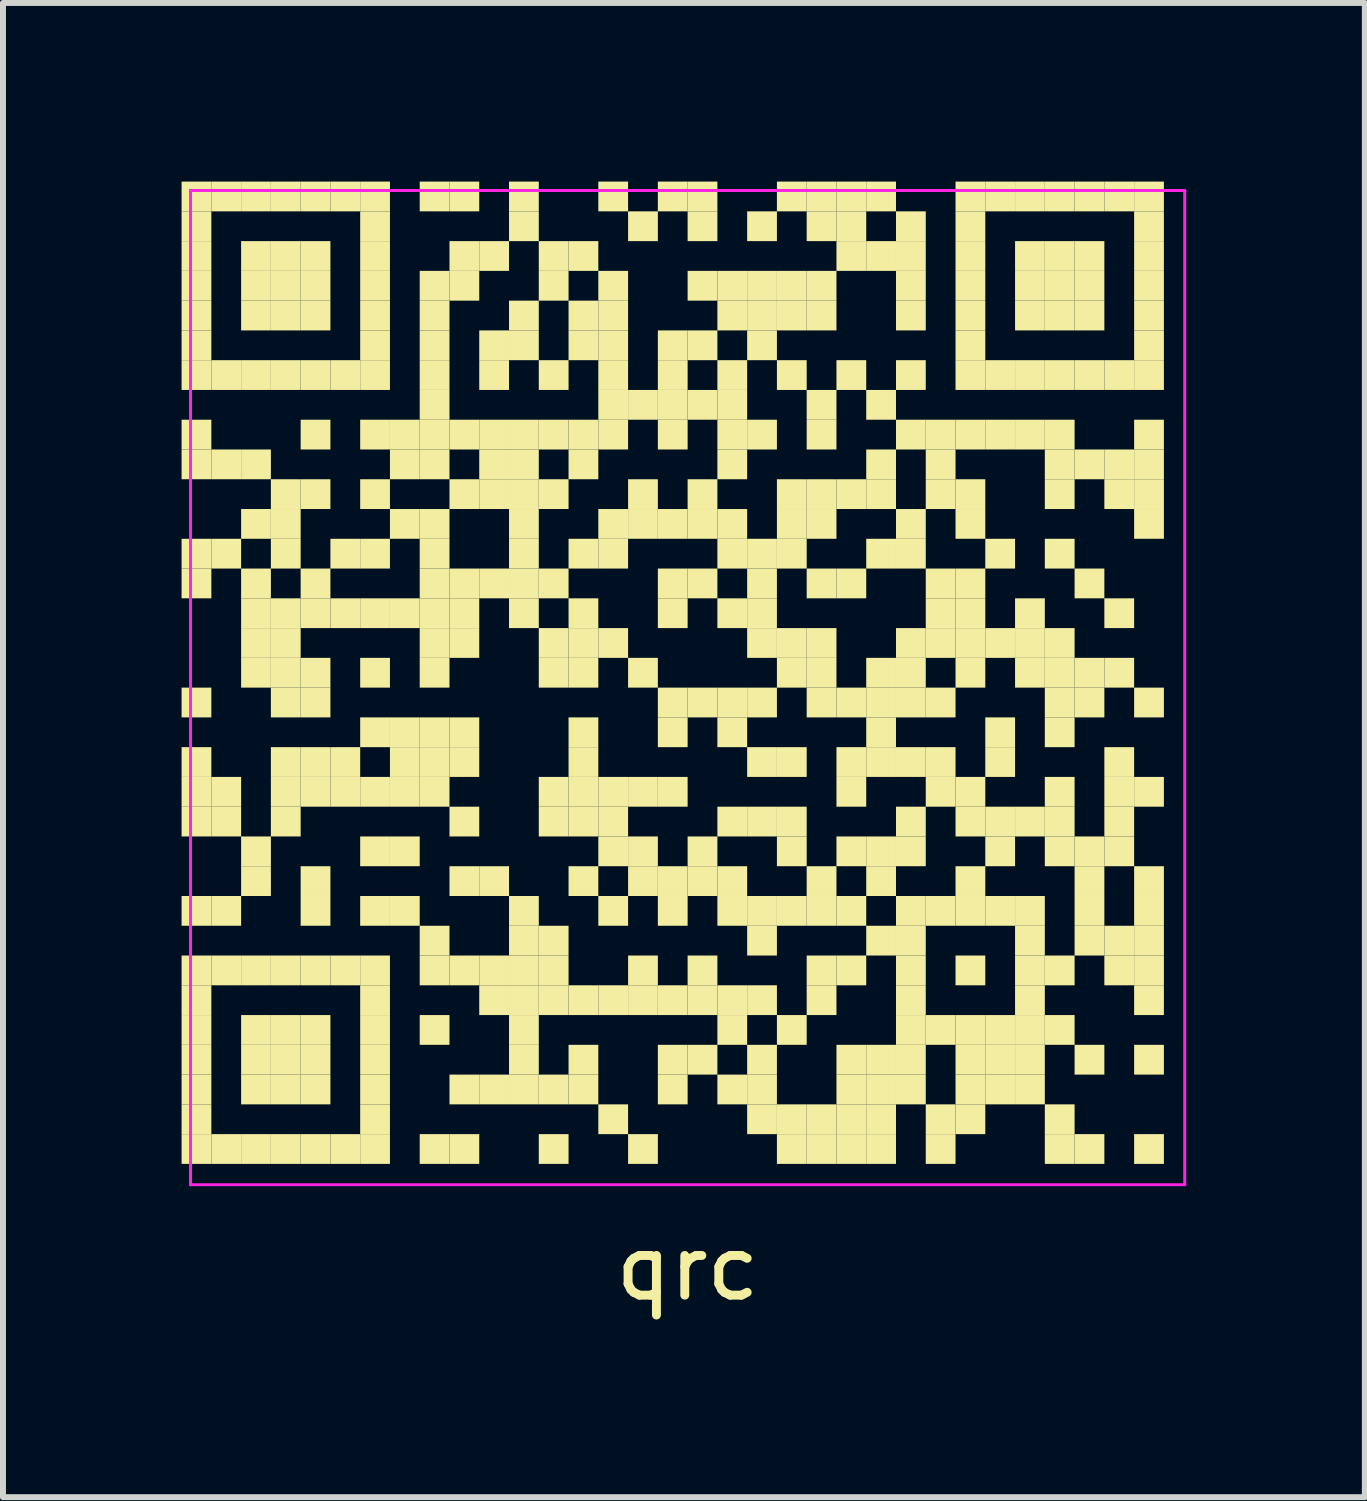
<source format=kicad_pcb>
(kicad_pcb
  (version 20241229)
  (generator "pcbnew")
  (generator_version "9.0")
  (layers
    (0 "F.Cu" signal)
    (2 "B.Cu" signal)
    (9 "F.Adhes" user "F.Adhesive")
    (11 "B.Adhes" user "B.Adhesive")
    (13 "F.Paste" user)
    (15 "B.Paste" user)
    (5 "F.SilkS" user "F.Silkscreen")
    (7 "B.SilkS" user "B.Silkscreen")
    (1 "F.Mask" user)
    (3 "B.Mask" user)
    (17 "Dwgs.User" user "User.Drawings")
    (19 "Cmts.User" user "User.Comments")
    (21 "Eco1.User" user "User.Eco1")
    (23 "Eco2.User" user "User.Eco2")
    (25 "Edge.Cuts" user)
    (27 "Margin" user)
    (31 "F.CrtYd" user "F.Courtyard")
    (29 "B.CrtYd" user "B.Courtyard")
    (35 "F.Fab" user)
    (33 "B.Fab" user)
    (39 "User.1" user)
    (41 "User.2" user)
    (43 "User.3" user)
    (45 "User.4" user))
  (footprint "qrc"
    (layer "F.Cu")
    (at 8.5 8.5)
    (property "Reference" "qrc" (at 0 9.75 0) (layer "F.SilkS") (effects (font (size 1 1) (thickness 0.15))))
    (attr through_hole)
    (fp_poly (pts (xy -8 -8) (xy -8 -8.5) (xy -8.5 -8.5) (xy -8.5 -8)) (stroke (width 0) (type solid)) (fill yes) (layer "F.SilkS"))
    (fp_poly (pts (xy -8 -7.5) (xy -8 -8) (xy -8.5 -8) (xy -8.5 -7.5)) (stroke (width 0) (type solid)) (fill yes) (layer "F.SilkS"))
    (fp_poly (pts (xy -8 -7) (xy -8 -7.5) (xy -8.5 -7.5) (xy -8.5 -7)) (stroke (width 0) (type solid)) (fill yes) (layer "F.SilkS"))
    (fp_poly (pts (xy -8 -6.5) (xy -8 -7) (xy -8.5 -7) (xy -8.5 -6.5)) (stroke (width 0) (type solid)) (fill yes) (layer "F.SilkS"))
    (fp_poly (pts (xy -8 -6) (xy -8 -6.5) (xy -8.5 -6.5) (xy -8.5 -6)) (stroke (width 0) (type solid)) (fill yes) (layer "F.SilkS"))
    (fp_poly (pts (xy -8 -5.5) (xy -8 -6) (xy -8.5 -6) (xy -8.5 -5.5)) (stroke (width 0) (type solid)) (fill yes) (layer "F.SilkS"))
    (fp_poly (pts (xy -8 -5) (xy -8 -5.5) (xy -8.5 -5.5) (xy -8.5 -5)) (stroke (width 0) (type solid)) (fill yes) (layer "F.SilkS"))
    (fp_poly (pts (xy -8 -4) (xy -8 -4.5) (xy -8.5 -4.5) (xy -8.5 -4)) (stroke (width 0) (type solid)) (fill yes) (layer "F.SilkS"))
    (fp_poly (pts (xy -8 -3.5) (xy -8 -4) (xy -8.5 -4) (xy -8.5 -3.5)) (stroke (width 0) (type solid)) (fill yes) (layer "F.SilkS"))
    (fp_poly (pts (xy -8 -2) (xy -8 -2.5) (xy -8.5 -2.5) (xy -8.5 -2)) (stroke (width 0) (type solid)) (fill yes) (layer "F.SilkS"))
    (fp_poly (pts (xy -8 -1.5) (xy -8 -2) (xy -8.5 -2) (xy -8.5 -1.5)) (stroke (width 0) (type solid)) (fill yes) (layer "F.SilkS"))
    (fp_poly (pts (xy -8 0.5) (xy -8 0) (xy -8.5 0) (xy -8.5 0.5)) (stroke (width 0) (type solid)) (fill yes) (layer "F.SilkS"))
    (fp_poly (pts (xy -8 1.5) (xy -8 1) (xy -8.5 1) (xy -8.5 1.5)) (stroke (width 0) (type solid)) (fill yes) (layer "F.SilkS"))
    (fp_poly (pts (xy -8 2) (xy -8 1.5) (xy -8.5 1.5) (xy -8.5 2)) (stroke (width 0) (type solid)) (fill yes) (layer "F.SilkS"))
    (fp_poly (pts (xy -8 2.5) (xy -8 2) (xy -8.5 2) (xy -8.5 2.5)) (stroke (width 0) (type solid)) (fill yes) (layer "F.SilkS"))
    (fp_poly (pts (xy -8 4) (xy -8 3.5) (xy -8.5 3.5) (xy -8.5 4)) (stroke (width 0) (type solid)) (fill yes) (layer "F.SilkS"))
    (fp_poly (pts (xy -8 5) (xy -8 4.5) (xy -8.5 4.5) (xy -8.5 5)) (stroke (width 0) (type solid)) (fill yes) (layer "F.SilkS"))
    (fp_poly (pts (xy -8 5.5) (xy -8 5) (xy -8.5 5) (xy -8.5 5.5)) (stroke (width 0) (type solid)) (fill yes) (layer "F.SilkS"))
    (fp_poly (pts (xy -8 6) (xy -8 5.5) (xy -8.5 5.5) (xy -8.5 6)) (stroke (width 0) (type solid)) (fill yes) (layer "F.SilkS"))
    (fp_poly (pts (xy -8 6.5) (xy -8 6) (xy -8.5 6) (xy -8.5 6.5)) (stroke (width 0) (type solid)) (fill yes) (layer "F.SilkS"))
    (fp_poly (pts (xy -8 7) (xy -8 6.5) (xy -8.5 6.5) (xy -8.5 7)) (stroke (width 0) (type solid)) (fill yes) (layer "F.SilkS"))
    (fp_poly (pts (xy -8 7.5) (xy -8 7) (xy -8.5 7) (xy -8.5 7.5)) (stroke (width 0) (type solid)) (fill yes) (layer "F.SilkS"))
    (fp_poly (pts (xy -8 8) (xy -8 7.5) (xy -8.5 7.5) (xy -8.5 8)) (stroke (width 0) (type solid)) (fill yes) (layer "F.SilkS"))
    (fp_poly (pts (xy -7.5 -8) (xy -7.5 -8.5) (xy -8 -8.5) (xy -8 -8)) (stroke (width 0) (type solid)) (fill yes) (layer "F.SilkS"))
    (fp_poly (pts (xy -7.5 -5) (xy -7.5 -5.5) (xy -8 -5.5) (xy -8 -5)) (stroke (width 0) (type solid)) (fill yes) (layer "F.SilkS"))
    (fp_poly (pts (xy -7.5 -3.5) (xy -7.5 -4) (xy -8 -4) (xy -8 -3.5)) (stroke (width 0) (type solid)) (fill yes) (layer "F.SilkS"))
    (fp_poly (pts (xy -7.5 -2) (xy -7.5 -2.5) (xy -8 -2.5) (xy -8 -2)) (stroke (width 0) (type solid)) (fill yes) (layer "F.SilkS"))
    (fp_poly (pts (xy -7.5 2) (xy -7.5 1.5) (xy -8 1.5) (xy -8 2)) (stroke (width 0) (type solid)) (fill yes) (layer "F.SilkS"))
    (fp_poly (pts (xy -7.5 2.5) (xy -7.5 2) (xy -8 2) (xy -8 2.5)) (stroke (width 0) (type solid)) (fill yes) (layer "F.SilkS"))
    (fp_poly (pts (xy -7.5 4) (xy -7.5 3.5) (xy -8 3.5) (xy -8 4)) (stroke (width 0) (type solid)) (fill yes) (layer "F.SilkS"))
    (fp_poly (pts (xy -7.5 5) (xy -7.5 4.5) (xy -8 4.5) (xy -8 5)) (stroke (width 0) (type solid)) (fill yes) (layer "F.SilkS"))
    (fp_poly (pts (xy -7.5 8) (xy -7.5 7.5) (xy -8 7.5) (xy -8 8)) (stroke (width 0) (type solid)) (fill yes) (layer "F.SilkS"))
    (fp_poly (pts (xy -7 -8) (xy -7 -8.5) (xy -7.5 -8.5) (xy -7.5 -8)) (stroke (width 0) (type solid)) (fill yes) (layer "F.SilkS"))
    (fp_poly (pts (xy -7 -7) (xy -7 -7.5) (xy -7.5 -7.5) (xy -7.5 -7)) (stroke (width 0) (type solid)) (fill yes) (layer "F.SilkS"))
    (fp_poly (pts (xy -7 -6.5) (xy -7 -7) (xy -7.5 -7) (xy -7.5 -6.5)) (stroke (width 0) (type solid)) (fill yes) (layer "F.SilkS"))
    (fp_poly (pts (xy -7 -6) (xy -7 -6.5) (xy -7.5 -6.5) (xy -7.5 -6)) (stroke (width 0) (type solid)) (fill yes) (layer "F.SilkS"))
    (fp_poly (pts (xy -7 -5) (xy -7 -5.5) (xy -7.5 -5.5) (xy -7.5 -5)) (stroke (width 0) (type solid)) (fill yes) (layer "F.SilkS"))
    (fp_poly (pts (xy -7 -3.5) (xy -7 -4) (xy -7.5 -4) (xy -7.5 -3.5)) (stroke (width 0) (type solid)) (fill yes) (layer "F.SilkS"))
    (fp_poly (pts (xy -7 -2.5) (xy -7 -3) (xy -7.5 -3) (xy -7.5 -2.5)) (stroke (width 0) (type solid)) (fill yes) (layer "F.SilkS"))
    (fp_poly (pts (xy -7 -1.5) (xy -7 -2) (xy -7.5 -2) (xy -7.5 -1.5)) (stroke (width 0) (type solid)) (fill yes) (layer "F.SilkS"))
    (fp_poly (pts (xy -7 -1) (xy -7 -1.5) (xy -7.5 -1.5) (xy -7.5 -1)) (stroke (width 0) (type solid)) (fill yes) (layer "F.SilkS"))
    (fp_poly (pts (xy -7 -0.5) (xy -7 -1) (xy -7.5 -1) (xy -7.5 -0.5)) (stroke (width 0) (type solid)) (fill yes) (layer "F.SilkS"))
    (fp_poly (pts (xy -7 0) (xy -7 -0.5) (xy -7.5 -0.5) (xy -7.5 0)) (stroke (width 0) (type solid)) (fill yes) (layer "F.SilkS"))
    (fp_poly (pts (xy -7 3) (xy -7 2.5) (xy -7.5 2.5) (xy -7.5 3)) (stroke (width 0) (type solid)) (fill yes) (layer "F.SilkS"))
    (fp_poly (pts (xy -7 3.5) (xy -7 3) (xy -7.5 3) (xy -7.5 3.5)) (stroke (width 0) (type solid)) (fill yes) (layer "F.SilkS"))
    (fp_poly (pts (xy -7 5) (xy -7 4.5) (xy -7.5 4.5) (xy -7.5 5)) (stroke (width 0) (type solid)) (fill yes) (layer "F.SilkS"))
    (fp_poly (pts (xy -7 6) (xy -7 5.5) (xy -7.5 5.5) (xy -7.5 6)) (stroke (width 0) (type solid)) (fill yes) (layer "F.SilkS"))
    (fp_poly (pts (xy -7 6.5) (xy -7 6) (xy -7.5 6) (xy -7.5 6.5)) (stroke (width 0) (type solid)) (fill yes) (layer "F.SilkS"))
    (fp_poly (pts (xy -7 7) (xy -7 6.5) (xy -7.5 6.5) (xy -7.5 7)) (stroke (width 0) (type solid)) (fill yes) (layer "F.SilkS"))
    (fp_poly (pts (xy -7 8) (xy -7 7.5) (xy -7.5 7.5) (xy -7.5 8)) (stroke (width 0) (type solid)) (fill yes) (layer "F.SilkS"))
    (fp_poly (pts (xy -6.5 -8) (xy -6.5 -8.5) (xy -7 -8.5) (xy -7 -8)) (stroke (width 0) (type solid)) (fill yes) (layer "F.SilkS"))
    (fp_poly (pts (xy -6.5 -7) (xy -6.5 -7.5) (xy -7 -7.5) (xy -7 -7)) (stroke (width 0) (type solid)) (fill yes) (layer "F.SilkS"))
    (fp_poly (pts (xy -6.5 -6.5) (xy -6.5 -7) (xy -7 -7) (xy -7 -6.5)) (stroke (width 0) (type solid)) (fill yes) (layer "F.SilkS"))
    (fp_poly (pts (xy -6.5 -6) (xy -6.5 -6.5) (xy -7 -6.5) (xy -7 -6)) (stroke (width 0) (type solid)) (fill yes) (layer "F.SilkS"))
    (fp_poly (pts (xy -6.5 -5) (xy -6.5 -5.5) (xy -7 -5.5) (xy -7 -5)) (stroke (width 0) (type solid)) (fill yes) (layer "F.SilkS"))
    (fp_poly (pts (xy -6.5 -3) (xy -6.5 -3.5) (xy -7 -3.5) (xy -7 -3)) (stroke (width 0) (type solid)) (fill yes) (layer "F.SilkS"))
    (fp_poly (pts (xy -6.5 -2.5) (xy -6.5 -3) (xy -7 -3) (xy -7 -2.5)) (stroke (width 0) (type solid)) (fill yes) (layer "F.SilkS"))
    (fp_poly (pts (xy -6.5 -2) (xy -6.5 -2.5) (xy -7 -2.5) (xy -7 -2)) (stroke (width 0) (type solid)) (fill yes) (layer "F.SilkS"))
    (fp_poly (pts (xy -6.5 -1) (xy -6.5 -1.5) (xy -7 -1.5) (xy -7 -1)) (stroke (width 0) (type solid)) (fill yes) (layer "F.SilkS"))
    (fp_poly (pts (xy -6.5 -0.5) (xy -6.5 -1) (xy -7 -1) (xy -7 -0.5)) (stroke (width 0) (type solid)) (fill yes) (layer "F.SilkS"))
    (fp_poly (pts (xy -6.5 0) (xy -6.5 -0.5) (xy -7 -0.5) (xy -7 0)) (stroke (width 0) (type solid)) (fill yes) (layer "F.SilkS"))
    (fp_poly (pts (xy -6.5 0.5) (xy -6.5 0) (xy -7 0) (xy -7 0.5)) (stroke (width 0) (type solid)) (fill yes) (layer "F.SilkS"))
    (fp_poly (pts (xy -6.5 1.5) (xy -6.5 1) (xy -7 1) (xy -7 1.5)) (stroke (width 0) (type solid)) (fill yes) (layer "F.SilkS"))
    (fp_poly (pts (xy -6.5 2) (xy -6.5 1.5) (xy -7 1.5) (xy -7 2)) (stroke (width 0) (type solid)) (fill yes) (layer "F.SilkS"))
    (fp_poly (pts (xy -6.5 2.5) (xy -6.5 2) (xy -7 2) (xy -7 2.5)) (stroke (width 0) (type solid)) (fill yes) (layer "F.SilkS"))
    (fp_poly (pts (xy -6.5 5) (xy -6.5 4.5) (xy -7 4.5) (xy -7 5)) (stroke (width 0) (type solid)) (fill yes) (layer "F.SilkS"))
    (fp_poly (pts (xy -6.5 6) (xy -6.5 5.5) (xy -7 5.5) (xy -7 6)) (stroke (width 0) (type solid)) (fill yes) (layer "F.SilkS"))
    (fp_poly (pts (xy -6.5 6.5) (xy -6.5 6) (xy -7 6) (xy -7 6.5)) (stroke (width 0) (type solid)) (fill yes) (layer "F.SilkS"))
    (fp_poly (pts (xy -6.5 7) (xy -6.5 6.5) (xy -7 6.5) (xy -7 7)) (stroke (width 0) (type solid)) (fill yes) (layer "F.SilkS"))
    (fp_poly (pts (xy -6.5 8) (xy -6.5 7.5) (xy -7 7.5) (xy -7 8)) (stroke (width 0) (type solid)) (fill yes) (layer "F.SilkS"))
    (fp_poly (pts (xy -6 -8) (xy -6 -8.5) (xy -6.5 -8.5) (xy -6.5 -8)) (stroke (width 0) (type solid)) (fill yes) (layer "F.SilkS"))
    (fp_poly (pts (xy -6 -7) (xy -6 -7.5) (xy -6.5 -7.5) (xy -6.5 -7)) (stroke (width 0) (type solid)) (fill yes) (layer "F.SilkS"))
    (fp_poly (pts (xy -6 -6.5) (xy -6 -7) (xy -6.5 -7) (xy -6.5 -6.5)) (stroke (width 0) (type solid)) (fill yes) (layer "F.SilkS"))
    (fp_poly (pts (xy -6 -6) (xy -6 -6.5) (xy -6.5 -6.5) (xy -6.5 -6)) (stroke (width 0) (type solid)) (fill yes) (layer "F.SilkS"))
    (fp_poly (pts (xy -6 -5) (xy -6 -5.5) (xy -6.5 -5.5) (xy -6.5 -5)) (stroke (width 0) (type solid)) (fill yes) (layer "F.SilkS"))
    (fp_poly (pts (xy -6 -4) (xy -6 -4.5) (xy -6.5 -4.5) (xy -6.5 -4)) (stroke (width 0) (type solid)) (fill yes) (layer "F.SilkS"))
    (fp_poly (pts (xy -6 -3) (xy -6 -3.5) (xy -6.5 -3.5) (xy -6.5 -3)) (stroke (width 0) (type solid)) (fill yes) (layer "F.SilkS"))
    (fp_poly (pts (xy -6 -1.5) (xy -6 -2) (xy -6.5 -2) (xy -6.5 -1.5)) (stroke (width 0) (type solid)) (fill yes) (layer "F.SilkS"))
    (fp_poly (pts (xy -6 -1) (xy -6 -1.5) (xy -6.5 -1.5) (xy -6.5 -1)) (stroke (width 0) (type solid)) (fill yes) (layer "F.SilkS"))
    (fp_poly (pts (xy -6 0) (xy -6 -0.5) (xy -6.5 -0.5) (xy -6.5 0)) (stroke (width 0) (type solid)) (fill yes) (layer "F.SilkS"))
    (fp_poly (pts (xy -6 0.5) (xy -6 0) (xy -6.5 0) (xy -6.5 0.5)) (stroke (width 0) (type solid)) (fill yes) (layer "F.SilkS"))
    (fp_poly (pts (xy -6 1.5) (xy -6 1) (xy -6.5 1) (xy -6.5 1.5)) (stroke (width 0) (type solid)) (fill yes) (layer "F.SilkS"))
    (fp_poly (pts (xy -6 2) (xy -6 1.5) (xy -6.5 1.5) (xy -6.5 2)) (stroke (width 0) (type solid)) (fill yes) (layer "F.SilkS"))
    (fp_poly (pts (xy -6 3.5) (xy -6 3) (xy -6.5 3) (xy -6.5 3.5)) (stroke (width 0) (type solid)) (fill yes) (layer "F.SilkS"))
    (fp_poly (pts (xy -6 4) (xy -6 3.5) (xy -6.5 3.5) (xy -6.5 4)) (stroke (width 0) (type solid)) (fill yes) (layer "F.SilkS"))
    (fp_poly (pts (xy -6 5) (xy -6 4.5) (xy -6.5 4.5) (xy -6.5 5)) (stroke (width 0) (type solid)) (fill yes) (layer "F.SilkS"))
    (fp_poly (pts (xy -6 6) (xy -6 5.5) (xy -6.5 5.5) (xy -6.5 6)) (stroke (width 0) (type solid)) (fill yes) (layer "F.SilkS"))
    (fp_poly (pts (xy -6 6.5) (xy -6 6) (xy -6.5 6) (xy -6.5 6.5)) (stroke (width 0) (type solid)) (fill yes) (layer "F.SilkS"))
    (fp_poly (pts (xy -6 7) (xy -6 6.5) (xy -6.5 6.5) (xy -6.5 7)) (stroke (width 0) (type solid)) (fill yes) (layer "F.SilkS"))
    (fp_poly (pts (xy -6 8) (xy -6 7.5) (xy -6.5 7.5) (xy -6.5 8)) (stroke (width 0) (type solid)) (fill yes) (layer "F.SilkS"))
    (fp_poly (pts (xy -5.5 -8) (xy -5.5 -8.5) (xy -6 -8.5) (xy -6 -8)) (stroke (width 0) (type solid)) (fill yes) (layer "F.SilkS"))
    (fp_poly (pts (xy -5.5 -5) (xy -5.5 -5.5) (xy -6 -5.5) (xy -6 -5)) (stroke (width 0) (type solid)) (fill yes) (layer "F.SilkS"))
    (fp_poly (pts (xy -5.5 -2) (xy -5.5 -2.5) (xy -6 -2.5) (xy -6 -2)) (stroke (width 0) (type solid)) (fill yes) (layer "F.SilkS"))
    (fp_poly (pts (xy -5.5 -1) (xy -5.5 -1.5) (xy -6 -1.5) (xy -6 -1)) (stroke (width 0) (type solid)) (fill yes) (layer "F.SilkS"))
    (fp_poly (pts (xy -5.5 1.5) (xy -5.5 1) (xy -6 1) (xy -6 1.5)) (stroke (width 0) (type solid)) (fill yes) (layer "F.SilkS"))
    (fp_poly (pts (xy -5.5 2) (xy -5.5 1.5) (xy -6 1.5) (xy -6 2)) (stroke (width 0) (type solid)) (fill yes) (layer "F.SilkS"))
    (fp_poly (pts (xy -5.5 5) (xy -5.5 4.5) (xy -6 4.5) (xy -6 5)) (stroke (width 0) (type solid)) (fill yes) (layer "F.SilkS"))
    (fp_poly (pts (xy -5.5 8) (xy -5.5 7.5) (xy -6 7.5) (xy -6 8)) (stroke (width 0) (type solid)) (fill yes) (layer "F.SilkS"))
    (fp_poly (pts (xy -5 -8) (xy -5 -8.5) (xy -5.5 -8.5) (xy -5.5 -8)) (stroke (width 0) (type solid)) (fill yes) (layer "F.SilkS"))
    (fp_poly (pts (xy -5 -7.5) (xy -5 -8) (xy -5.5 -8) (xy -5.5 -7.5)) (stroke (width 0) (type solid)) (fill yes) (layer "F.SilkS"))
    (fp_poly (pts (xy -5 -7) (xy -5 -7.5) (xy -5.5 -7.5) (xy -5.5 -7)) (stroke (width 0) (type solid)) (fill yes) (layer "F.SilkS"))
    (fp_poly (pts (xy -5 -6.5) (xy -5 -7) (xy -5.5 -7) (xy -5.5 -6.5)) (stroke (width 0) (type solid)) (fill yes) (layer "F.SilkS"))
    (fp_poly (pts (xy -5 -6) (xy -5 -6.5) (xy -5.5 -6.5) (xy -5.5 -6)) (stroke (width 0) (type solid)) (fill yes) (layer "F.SilkS"))
    (fp_poly (pts (xy -5 -5.5) (xy -5 -6) (xy -5.5 -6) (xy -5.5 -5.5)) (stroke (width 0) (type solid)) (fill yes) (layer "F.SilkS"))
    (fp_poly (pts (xy -5 -5) (xy -5 -5.5) (xy -5.5 -5.5) (xy -5.5 -5)) (stroke (width 0) (type solid)) (fill yes) (layer "F.SilkS"))
    (fp_poly (pts (xy -5 -4) (xy -5 -4.5) (xy -5.5 -4.5) (xy -5.5 -4)) (stroke (width 0) (type solid)) (fill yes) (layer "F.SilkS"))
    (fp_poly (pts (xy -5 -3) (xy -5 -3.5) (xy -5.5 -3.5) (xy -5.5 -3)) (stroke (width 0) (type solid)) (fill yes) (layer "F.SilkS"))
    (fp_poly (pts (xy -5 -2) (xy -5 -2.5) (xy -5.5 -2.5) (xy -5.5 -2)) (stroke (width 0) (type solid)) (fill yes) (layer "F.SilkS"))
    (fp_poly (pts (xy -5 -1) (xy -5 -1.5) (xy -5.5 -1.5) (xy -5.5 -1)) (stroke (width 0) (type solid)) (fill yes) (layer "F.SilkS"))
    (fp_poly (pts (xy -5 0) (xy -5 -0.5) (xy -5.5 -0.5) (xy -5.5 0)) (stroke (width 0) (type solid)) (fill yes) (layer "F.SilkS"))
    (fp_poly (pts (xy -5 1) (xy -5 0.5) (xy -5.5 0.5) (xy -5.5 1)) (stroke (width 0) (type solid)) (fill yes) (layer "F.SilkS"))
    (fp_poly (pts (xy -5 2) (xy -5 1.5) (xy -5.5 1.5) (xy -5.5 2)) (stroke (width 0) (type solid)) (fill yes) (layer "F.SilkS"))
    (fp_poly (pts (xy -5 3) (xy -5 2.5) (xy -5.5 2.5) (xy -5.5 3)) (stroke (width 0) (type solid)) (fill yes) (layer "F.SilkS"))
    (fp_poly (pts (xy -5 4) (xy -5 3.5) (xy -5.5 3.5) (xy -5.5 4)) (stroke (width 0) (type solid)) (fill yes) (layer "F.SilkS"))
    (fp_poly (pts (xy -5 5) (xy -5 4.5) (xy -5.5 4.5) (xy -5.5 5)) (stroke (width 0) (type solid)) (fill yes) (layer "F.SilkS"))
    (fp_poly (pts (xy -5 5.5) (xy -5 5) (xy -5.5 5) (xy -5.5 5.5)) (stroke (width 0) (type solid)) (fill yes) (layer "F.SilkS"))
    (fp_poly (pts (xy -5 6) (xy -5 5.5) (xy -5.5 5.5) (xy -5.5 6)) (stroke (width 0) (type solid)) (fill yes) (layer "F.SilkS"))
    (fp_poly (pts (xy -5 6.5) (xy -5 6) (xy -5.5 6) (xy -5.5 6.5)) (stroke (width 0) (type solid)) (fill yes) (layer "F.SilkS"))
    (fp_poly (pts (xy -5 7) (xy -5 6.5) (xy -5.5 6.5) (xy -5.5 7)) (stroke (width 0) (type solid)) (fill yes) (layer "F.SilkS"))
    (fp_poly (pts (xy -5 7.5) (xy -5 7) (xy -5.5 7) (xy -5.5 7.5)) (stroke (width 0) (type solid)) (fill yes) (layer "F.SilkS"))
    (fp_poly (pts (xy -5 8) (xy -5 7.5) (xy -5.5 7.5) (xy -5.5 8)) (stroke (width 0) (type solid)) (fill yes) (layer "F.SilkS"))
    (fp_poly (pts (xy -4.5 -4) (xy -4.5 -4.5) (xy -5 -4.5) (xy -5 -4)) (stroke (width 0) (type solid)) (fill yes) (layer "F.SilkS"))
    (fp_poly (pts (xy -4.5 -3.5) (xy -4.5 -4) (xy -5 -4) (xy -5 -3.5)) (stroke (width 0) (type solid)) (fill yes) (layer "F.SilkS"))
    (fp_poly (pts (xy -4.5 -2.5) (xy -4.5 -3) (xy -5 -3) (xy -5 -2.5)) (stroke (width 0) (type solid)) (fill yes) (layer "F.SilkS"))
    (fp_poly (pts (xy -4.5 -1) (xy -4.5 -1.5) (xy -5 -1.5) (xy -5 -1)) (stroke (width 0) (type solid)) (fill yes) (layer "F.SilkS"))
    (fp_poly (pts (xy -4.5 1) (xy -4.5 0.5) (xy -5 0.5) (xy -5 1)) (stroke (width 0) (type solid)) (fill yes) (layer "F.SilkS"))
    (fp_poly (pts (xy -4.5 1.5) (xy -4.5 1) (xy -5 1) (xy -5 1.5)) (stroke (width 0) (type solid)) (fill yes) (layer "F.SilkS"))
    (fp_poly (pts (xy -4.5 2) (xy -4.5 1.5) (xy -5 1.5) (xy -5 2)) (stroke (width 0) (type solid)) (fill yes) (layer "F.SilkS"))
    (fp_poly (pts (xy -4.5 3) (xy -4.5 2.5) (xy -5 2.5) (xy -5 3)) (stroke (width 0) (type solid)) (fill yes) (layer "F.SilkS"))
    (fp_poly (pts (xy -4.5 4) (xy -4.5 3.5) (xy -5 3.5) (xy -5 4)) (stroke (width 0) (type solid)) (fill yes) (layer "F.SilkS"))
    (fp_poly (pts (xy -4 -8) (xy -4 -8.5) (xy -4.5 -8.5) (xy -4.5 -8)) (stroke (width 0) (type solid)) (fill yes) (layer "F.SilkS"))
    (fp_poly (pts (xy -4 -6.5) (xy -4 -7) (xy -4.5 -7) (xy -4.5 -6.5)) (stroke (width 0) (type solid)) (fill yes) (layer "F.SilkS"))
    (fp_poly (pts (xy -4 -6) (xy -4 -6.5) (xy -4.5 -6.5) (xy -4.5 -6)) (stroke (width 0) (type solid)) (fill yes) (layer "F.SilkS"))
    (fp_poly (pts (xy -4 -5.5) (xy -4 -6) (xy -4.5 -6) (xy -4.5 -5.5)) (stroke (width 0) (type solid)) (fill yes) (layer "F.SilkS"))
    (fp_poly (pts (xy -4 -5) (xy -4 -5.5) (xy -4.5 -5.5) (xy -4.5 -5)) (stroke (width 0) (type solid)) (fill yes) (layer "F.SilkS"))
    (fp_poly (pts (xy -4 -4.5) (xy -4 -5) (xy -4.5 -5) (xy -4.5 -4.5)) (stroke (width 0) (type solid)) (fill yes) (layer "F.SilkS"))
    (fp_poly (pts (xy -4 -4) (xy -4 -4.5) (xy -4.5 -4.5) (xy -4.5 -4)) (stroke (width 0) (type solid)) (fill yes) (layer "F.SilkS"))
    (fp_poly (pts (xy -4 -3.5) (xy -4 -4) (xy -4.5 -4) (xy -4.5 -3.5)) (stroke (width 0) (type solid)) (fill yes) (layer "F.SilkS"))
    (fp_poly (pts (xy -4 -2.5) (xy -4 -3) (xy -4.5 -3) (xy -4.5 -2.5)) (stroke (width 0) (type solid)) (fill yes) (layer "F.SilkS"))
    (fp_poly (pts (xy -4 -2) (xy -4 -2.5) (xy -4.5 -2.5) (xy -4.5 -2)) (stroke (width 0) (type solid)) (fill yes) (layer "F.SilkS"))
    (fp_poly (pts (xy -4 -1.5) (xy -4 -2) (xy -4.5 -2) (xy -4.5 -1.5)) (stroke (width 0) (type solid)) (fill yes) (layer "F.SilkS"))
    (fp_poly (pts (xy -4 -1) (xy -4 -1.5) (xy -4.5 -1.5) (xy -4.5 -1)) (stroke (width 0) (type solid)) (fill yes) (layer "F.SilkS"))
    (fp_poly (pts (xy -4 -0.5) (xy -4 -1) (xy -4.5 -1) (xy -4.5 -0.5)) (stroke (width 0) (type solid)) (fill yes) (layer "F.SilkS"))
    (fp_poly (pts (xy -4 0) (xy -4 -0.5) (xy -4.5 -0.5) (xy -4.5 0)) (stroke (width 0) (type solid)) (fill yes) (layer "F.SilkS"))
    (fp_poly (pts (xy -4 1) (xy -4 0.5) (xy -4.5 0.5) (xy -4.5 1)) (stroke (width 0) (type solid)) (fill yes) (layer "F.SilkS"))
    (fp_poly (pts (xy -4 1.5) (xy -4 1) (xy -4.5 1) (xy -4.5 1.5)) (stroke (width 0) (type solid)) (fill yes) (layer "F.SilkS"))
    (fp_poly (pts (xy -4 2) (xy -4 1.5) (xy -4.5 1.5) (xy -4.5 2)) (stroke (width 0) (type solid)) (fill yes) (layer "F.SilkS"))
    (fp_poly (pts (xy -4 4.5) (xy -4 4) (xy -4.5 4) (xy -4.5 4.5)) (stroke (width 0) (type solid)) (fill yes) (layer "F.SilkS"))
    (fp_poly (pts (xy -4 5) (xy -4 4.5) (xy -4.5 4.5) (xy -4.5 5)) (stroke (width 0) (type solid)) (fill yes) (layer "F.SilkS"))
    (fp_poly (pts (xy -4 6) (xy -4 5.5) (xy -4.5 5.5) (xy -4.5 6)) (stroke (width 0) (type solid)) (fill yes) (layer "F.SilkS"))
    (fp_poly (pts (xy -4 8) (xy -4 7.5) (xy -4.5 7.5) (xy -4.5 8)) (stroke (width 0) (type solid)) (fill yes) (layer "F.SilkS"))
    (fp_poly (pts (xy -3.5 -8) (xy -3.5 -8.5) (xy -4 -8.5) (xy -4 -8)) (stroke (width 0) (type solid)) (fill yes) (layer "F.SilkS"))
    (fp_poly (pts (xy -3.5 -7) (xy -3.5 -7.5) (xy -4 -7.5) (xy -4 -7)) (stroke (width 0) (type solid)) (fill yes) (layer "F.SilkS"))
    (fp_poly (pts (xy -3.5 -6.5) (xy -3.5 -7) (xy -4 -7) (xy -4 -6.5)) (stroke (width 0) (type solid)) (fill yes) (layer "F.SilkS"))
    (fp_poly (pts (xy -3.5 -4) (xy -3.5 -4.5) (xy -4 -4.5) (xy -4 -4)) (stroke (width 0) (type solid)) (fill yes) (layer "F.SilkS"))
    (fp_poly (pts (xy -3.5 -3) (xy -3.5 -3.5) (xy -4 -3.5) (xy -4 -3)) (stroke (width 0) (type solid)) (fill yes) (layer "F.SilkS"))
    (fp_poly (pts (xy -3.5 -1.5) (xy -3.5 -2) (xy -4 -2) (xy -4 -1.5)) (stroke (width 0) (type solid)) (fill yes) (layer "F.SilkS"))
    (fp_poly (pts (xy -3.5 -1) (xy -3.5 -1.5) (xy -4 -1.5) (xy -4 -1)) (stroke (width 0) (type solid)) (fill yes) (layer "F.SilkS"))
    (fp_poly (pts (xy -3.5 -0.5) (xy -3.5 -1) (xy -4 -1) (xy -4 -0.5)) (stroke (width 0) (type solid)) (fill yes) (layer "F.SilkS"))
    (fp_poly (pts (xy -3.5 1) (xy -3.5 0.5) (xy -4 0.5) (xy -4 1)) (stroke (width 0) (type solid)) (fill yes) (layer "F.SilkS"))
    (fp_poly (pts (xy -3.5 1.5) (xy -3.5 1) (xy -4 1) (xy -4 1.5)) (stroke (width 0) (type solid)) (fill yes) (layer "F.SilkS"))
    (fp_poly (pts (xy -3.5 2.5) (xy -3.5 2) (xy -4 2) (xy -4 2.5)) (stroke (width 0) (type solid)) (fill yes) (layer "F.SilkS"))
    (fp_poly (pts (xy -3.5 3.5) (xy -3.5 3) (xy -4 3) (xy -4 3.5)) (stroke (width 0) (type solid)) (fill yes) (layer "F.SilkS"))
    (fp_poly (pts (xy -3.5 5) (xy -3.5 4.5) (xy -4 4.5) (xy -4 5)) (stroke (width 0) (type solid)) (fill yes) (layer "F.SilkS"))
    (fp_poly (pts (xy -3.5 7) (xy -3.5 6.5) (xy -4 6.5) (xy -4 7)) (stroke (width 0) (type solid)) (fill yes) (layer "F.SilkS"))
    (fp_poly (pts (xy -3.5 8) (xy -3.5 7.5) (xy -4 7.5) (xy -4 8)) (stroke (width 0) (type solid)) (fill yes) (layer "F.SilkS"))
    (fp_poly (pts (xy -3 -7) (xy -3 -7.5) (xy -3.5 -7.5) (xy -3.5 -7)) (stroke (width 0) (type solid)) (fill yes) (layer "F.SilkS"))
    (fp_poly (pts (xy -3 -5.5) (xy -3 -6) (xy -3.5 -6) (xy -3.5 -5.5)) (stroke (width 0) (type solid)) (fill yes) (layer "F.SilkS"))
    (fp_poly (pts (xy -3 -5) (xy -3 -5.5) (xy -3.5 -5.5) (xy -3.5 -5)) (stroke (width 0) (type solid)) (fill yes) (layer "F.SilkS"))
    (fp_poly (pts (xy -3 -4) (xy -3 -4.5) (xy -3.5 -4.5) (xy -3.5 -4)) (stroke (width 0) (type solid)) (fill yes) (layer "F.SilkS"))
    (fp_poly (pts (xy -3 -3.5) (xy -3 -4) (xy -3.5 -4) (xy -3.5 -3.5)) (stroke (width 0) (type solid)) (fill yes) (layer "F.SilkS"))
    (fp_poly (pts (xy -3 -3) (xy -3 -3.5) (xy -3.5 -3.5) (xy -3.5 -3)) (stroke (width 0) (type solid)) (fill yes) (layer "F.SilkS"))
    (fp_poly (pts (xy -3 -1.5) (xy -3 -2) (xy -3.5 -2) (xy -3.5 -1.5)) (stroke (width 0) (type solid)) (fill yes) (layer "F.SilkS"))
    (fp_poly (pts (xy -3 3.5) (xy -3 3) (xy -3.5 3) (xy -3.5 3.5)) (stroke (width 0) (type solid)) (fill yes) (layer "F.SilkS"))
    (fp_poly (pts (xy -3 5) (xy -3 4.5) (xy -3.5 4.5) (xy -3.5 5)) (stroke (width 0) (type solid)) (fill yes) (layer "F.SilkS"))
    (fp_poly (pts (xy -3 5.5) (xy -3 5) (xy -3.5 5) (xy -3.5 5.5)) (stroke (width 0) (type solid)) (fill yes) (layer "F.SilkS"))
    (fp_poly (pts (xy -3 7) (xy -3 6.5) (xy -3.5 6.5) (xy -3.5 7)) (stroke (width 0) (type solid)) (fill yes) (layer "F.SilkS"))
    (fp_poly (pts (xy -2.5 -8) (xy -2.5 -8.5) (xy -3 -8.5) (xy -3 -8)) (stroke (width 0) (type solid)) (fill yes) (layer "F.SilkS"))
    (fp_poly (pts (xy -2.5 -7.5) (xy -2.5 -8) (xy -3 -8) (xy -3 -7.5)) (stroke (width 0) (type solid)) (fill yes) (layer "F.SilkS"))
    (fp_poly (pts (xy -2.5 -6) (xy -2.5 -6.5) (xy -3 -6.5) (xy -3 -6)) (stroke (width 0) (type solid)) (fill yes) (layer "F.SilkS"))
    (fp_poly (pts (xy -2.5 -5.5) (xy -2.5 -6) (xy -3 -6) (xy -3 -5.5)) (stroke (width 0) (type solid)) (fill yes) (layer "F.SilkS"))
    (fp_poly (pts (xy -2.5 -4) (xy -2.5 -4.5) (xy -3 -4.5) (xy -3 -4)) (stroke (width 0) (type solid)) (fill yes) (layer "F.SilkS"))
    (fp_poly (pts (xy -2.5 -3.5) (xy -2.5 -4) (xy -3 -4) (xy -3 -3.5)) (stroke (width 0) (type solid)) (fill yes) (layer "F.SilkS"))
    (fp_poly (pts (xy -2.5 -3) (xy -2.5 -3.5) (xy -3 -3.5) (xy -3 -3)) (stroke (width 0) (type solid)) (fill yes) (layer "F.SilkS"))
    (fp_poly (pts (xy -2.5 -2.5) (xy -2.5 -3) (xy -3 -3) (xy -3 -2.5)) (stroke (width 0) (type solid)) (fill yes) (layer "F.SilkS"))
    (fp_poly (pts (xy -2.5 -2) (xy -2.5 -2.5) (xy -3 -2.5) (xy -3 -2)) (stroke (width 0) (type solid)) (fill yes) (layer "F.SilkS"))
    (fp_poly (pts (xy -2.5 -1.5) (xy -2.5 -2) (xy -3 -2) (xy -3 -1.5)) (stroke (width 0) (type solid)) (fill yes) (layer "F.SilkS"))
    (fp_poly (pts (xy -2.5 -1) (xy -2.5 -1.5) (xy -3 -1.5) (xy -3 -1)) (stroke (width 0) (type solid)) (fill yes) (layer "F.SilkS"))
    (fp_poly (pts (xy -2.5 4) (xy -2.5 3.5) (xy -3 3.5) (xy -3 4)) (stroke (width 0) (type solid)) (fill yes) (layer "F.SilkS"))
    (fp_poly (pts (xy -2.5 4.5) (xy -2.5 4) (xy -3 4) (xy -3 4.5)) (stroke (width 0) (type solid)) (fill yes) (layer "F.SilkS"))
    (fp_poly (pts (xy -2.5 5) (xy -2.5 4.5) (xy -3 4.5) (xy -3 5)) (stroke (width 0) (type solid)) (fill yes) (layer "F.SilkS"))
    (fp_poly (pts (xy -2.5 5.5) (xy -2.5 5) (xy -3 5) (xy -3 5.5)) (stroke (width 0) (type solid)) (fill yes) (layer "F.SilkS"))
    (fp_poly (pts (xy -2.5 6) (xy -2.5 5.5) (xy -3 5.5) (xy -3 6)) (stroke (width 0) (type solid)) (fill yes) (layer "F.SilkS"))
    (fp_poly (pts (xy -2.5 6.5) (xy -2.5 6) (xy -3 6) (xy -3 6.5)) (stroke (width 0) (type solid)) (fill yes) (layer "F.SilkS"))
    (fp_poly (pts (xy -2.5 7) (xy -2.5 6.5) (xy -3 6.5) (xy -3 7)) (stroke (width 0) (type solid)) (fill yes) (layer "F.SilkS"))
    (fp_poly (pts (xy -2 -7) (xy -2 -7.5) (xy -2.5 -7.5) (xy -2.5 -7)) (stroke (width 0) (type solid)) (fill yes) (layer "F.SilkS"))
    (fp_poly (pts (xy -2 -6.5) (xy -2 -7) (xy -2.5 -7) (xy -2.5 -6.5)) (stroke (width 0) (type solid)) (fill yes) (layer "F.SilkS"))
    (fp_poly (pts (xy -2 -5) (xy -2 -5.5) (xy -2.5 -5.5) (xy -2.5 -5)) (stroke (width 0) (type solid)) (fill yes) (layer "F.SilkS"))
    (fp_poly (pts (xy -2 -4) (xy -2 -4.5) (xy -2.5 -4.5) (xy -2.5 -4)) (stroke (width 0) (type solid)) (fill yes) (layer "F.SilkS"))
    (fp_poly (pts (xy -2 -3) (xy -2 -3.5) (xy -2.5 -3.5) (xy -2.5 -3)) (stroke (width 0) (type solid)) (fill yes) (layer "F.SilkS"))
    (fp_poly (pts (xy -2 -1.5) (xy -2 -2) (xy -2.5 -2) (xy -2.5 -1.5)) (stroke (width 0) (type solid)) (fill yes) (layer "F.SilkS"))
    (fp_poly (pts (xy -2 -0.5) (xy -2 -1) (xy -2.5 -1) (xy -2.5 -0.5)) (stroke (width 0) (type solid)) (fill yes) (layer "F.SilkS"))
    (fp_poly (pts (xy -2 0) (xy -2 -0.5) (xy -2.5 -0.5) (xy -2.5 0)) (stroke (width 0) (type solid)) (fill yes) (layer "F.SilkS"))
    (fp_poly (pts (xy -2 2) (xy -2 1.5) (xy -2.5 1.5) (xy -2.5 2)) (stroke (width 0) (type solid)) (fill yes) (layer "F.SilkS"))
    (fp_poly (pts (xy -2 2.5) (xy -2 2) (xy -2.5 2) (xy -2.5 2.5)) (stroke (width 0) (type solid)) (fill yes) (layer "F.SilkS"))
    (fp_poly (pts (xy -2 4.5) (xy -2 4) (xy -2.5 4) (xy -2.5 4.5)) (stroke (width 0) (type solid)) (fill yes) (layer "F.SilkS"))
    (fp_poly (pts (xy -2 5) (xy -2 4.5) (xy -2.5 4.5) (xy -2.5 5)) (stroke (width 0) (type solid)) (fill yes) (layer "F.SilkS"))
    (fp_poly (pts (xy -2 5.5) (xy -2 5) (xy -2.5 5) (xy -2.5 5.5)) (stroke (width 0) (type solid)) (fill yes) (layer "F.SilkS"))
    (fp_poly (pts (xy -2 7) (xy -2 6.5) (xy -2.5 6.5) (xy -2.5 7)) (stroke (width 0) (type solid)) (fill yes) (layer "F.SilkS"))
    (fp_poly (pts (xy -2 8) (xy -2 7.5) (xy -2.5 7.5) (xy -2.5 8)) (stroke (width 0) (type solid)) (fill yes) (layer "F.SilkS"))
    (fp_poly (pts (xy -1.5 -7) (xy -1.5 -7.5) (xy -2 -7.5) (xy -2 -7)) (stroke (width 0) (type solid)) (fill yes) (layer "F.SilkS"))
    (fp_poly (pts (xy -1.5 -6) (xy -1.5 -6.5) (xy -2 -6.5) (xy -2 -6)) (stroke (width 0) (type solid)) (fill yes) (layer "F.SilkS"))
    (fp_poly (pts (xy -1.5 -5.5) (xy -1.5 -6) (xy -2 -6) (xy -2 -5.5)) (stroke (width 0) (type solid)) (fill yes) (layer "F.SilkS"))
    (fp_poly (pts (xy -1.5 -4) (xy -1.5 -4.5) (xy -2 -4.5) (xy -2 -4)) (stroke (width 0) (type solid)) (fill yes) (layer "F.SilkS"))
    (fp_poly (pts (xy -1.5 -3.5) (xy -1.5 -4) (xy -2 -4) (xy -2 -3.5)) (stroke (width 0) (type solid)) (fill yes) (layer "F.SilkS"))
    (fp_poly (pts (xy -1.5 -2) (xy -1.5 -2.5) (xy -2 -2.5) (xy -2 -2)) (stroke (width 0) (type solid)) (fill yes) (layer "F.SilkS"))
    (fp_poly (pts (xy -1.5 -1) (xy -1.5 -1.5) (xy -2 -1.5) (xy -2 -1)) (stroke (width 0) (type solid)) (fill yes) (layer "F.SilkS"))
    (fp_poly (pts (xy -1.5 -0.5) (xy -1.5 -1) (xy -2 -1) (xy -2 -0.5)) (stroke (width 0) (type solid)) (fill yes) (layer "F.SilkS"))
    (fp_poly (pts (xy -1.5 0) (xy -1.5 -0.5) (xy -2 -0.5) (xy -2 0)) (stroke (width 0) (type solid)) (fill yes) (layer "F.SilkS"))
    (fp_poly (pts (xy -1.5 1) (xy -1.5 0.5) (xy -2 0.5) (xy -2 1)) (stroke (width 0) (type solid)) (fill yes) (layer "F.SilkS"))
    (fp_poly (pts (xy -1.5 1.5) (xy -1.5 1) (xy -2 1) (xy -2 1.5)) (stroke (width 0) (type solid)) (fill yes) (layer "F.SilkS"))
    (fp_poly (pts (xy -1.5 2) (xy -1.5 1.5) (xy -2 1.5) (xy -2 2)) (stroke (width 0) (type solid)) (fill yes) (layer "F.SilkS"))
    (fp_poly (pts (xy -1.5 2.5) (xy -1.5 2) (xy -2 2) (xy -2 2.5)) (stroke (width 0) (type solid)) (fill yes) (layer "F.SilkS"))
    (fp_poly (pts (xy -1.5 3.5) (xy -1.5 3) (xy -2 3) (xy -2 3.5)) (stroke (width 0) (type solid)) (fill yes) (layer "F.SilkS"))
    (fp_poly (pts (xy -1.5 5.5) (xy -1.5 5) (xy -2 5) (xy -2 5.5)) (stroke (width 0) (type solid)) (fill yes) (layer "F.SilkS"))
    (fp_poly (pts (xy -1.5 6.5) (xy -1.5 6) (xy -2 6) (xy -2 6.5)) (stroke (width 0) (type solid)) (fill yes) (layer "F.SilkS"))
    (fp_poly (pts (xy -1.5 7) (xy -1.5 6.5) (xy -2 6.5) (xy -2 7)) (stroke (width 0) (type solid)) (fill yes) (layer "F.SilkS"))
    (fp_poly (pts (xy -1 -8) (xy -1 -8.5) (xy -1.5 -8.5) (xy -1.5 -8)) (stroke (width 0) (type solid)) (fill yes) (layer "F.SilkS"))
    (fp_poly (pts (xy -1 -6.5) (xy -1 -7) (xy -1.5 -7) (xy -1.5 -6.5)) (stroke (width 0) (type solid)) (fill yes) (layer "F.SilkS"))
    (fp_poly (pts (xy -1 -6) (xy -1 -6.5) (xy -1.5 -6.5) (xy -1.5 -6)) (stroke (width 0) (type solid)) (fill yes) (layer "F.SilkS"))
    (fp_poly (pts (xy -1 -5.5) (xy -1 -6) (xy -1.5 -6) (xy -1.5 -5.5)) (stroke (width 0) (type solid)) (fill yes) (layer "F.SilkS"))
    (fp_poly (pts (xy -1 -5) (xy -1 -5.5) (xy -1.5 -5.5) (xy -1.5 -5)) (stroke (width 0) (type solid)) (fill yes) (layer "F.SilkS"))
    (fp_poly (pts (xy -1 -4.5) (xy -1 -5) (xy -1.5 -5) (xy -1.5 -4.5)) (stroke (width 0) (type solid)) (fill yes) (layer "F.SilkS"))
    (fp_poly (pts (xy -1 -4) (xy -1 -4.5) (xy -1.5 -4.5) (xy -1.5 -4)) (stroke (width 0) (type solid)) (fill yes) (layer "F.SilkS"))
    (fp_poly (pts (xy -1 -2.5) (xy -1 -3) (xy -1.5 -3) (xy -1.5 -2.5)) (stroke (width 0) (type solid)) (fill yes) (layer "F.SilkS"))
    (fp_poly (pts (xy -1 -2) (xy -1 -2.5) (xy -1.5 -2.5) (xy -1.5 -2)) (stroke (width 0) (type solid)) (fill yes) (layer "F.SilkS"))
    (fp_poly (pts (xy -1 -0.5) (xy -1 -1) (xy -1.5 -1) (xy -1.5 -0.5)) (stroke (width 0) (type solid)) (fill yes) (layer "F.SilkS"))
    (fp_poly (pts (xy -1 2) (xy -1 1.5) (xy -1.5 1.5) (xy -1.5 2)) (stroke (width 0) (type solid)) (fill yes) (layer "F.SilkS"))
    (fp_poly (pts (xy -1 2.5) (xy -1 2) (xy -1.5 2) (xy -1.5 2.5)) (stroke (width 0) (type solid)) (fill yes) (layer "F.SilkS"))
    (fp_poly (pts (xy -1 3) (xy -1 2.5) (xy -1.5 2.5) (xy -1.5 3)) (stroke (width 0) (type solid)) (fill yes) (layer "F.SilkS"))
    (fp_poly (pts (xy -1 4) (xy -1 3.5) (xy -1.5 3.5) (xy -1.5 4)) (stroke (width 0) (type solid)) (fill yes) (layer "F.SilkS"))
    (fp_poly (pts (xy -1 5.5) (xy -1 5) (xy -1.5 5) (xy -1.5 5.5)) (stroke (width 0) (type solid)) (fill yes) (layer "F.SilkS"))
    (fp_poly (pts (xy -1 7.5) (xy -1 7) (xy -1.5 7) (xy -1.5 7.5)) (stroke (width 0) (type solid)) (fill yes) (layer "F.SilkS"))
    (fp_poly (pts (xy -0.5 -7.5) (xy -0.5 -8) (xy -1 -8) (xy -1 -7.5)) (stroke (width 0) (type solid)) (fill yes) (layer "F.SilkS"))
    (fp_poly (pts (xy -0.5 -4.5) (xy -0.5 -5) (xy -1 -5) (xy -1 -4.5)) (stroke (width 0) (type solid)) (fill yes) (layer "F.SilkS"))
    (fp_poly (pts (xy -0.5 -3) (xy -0.5 -3.5) (xy -1 -3.5) (xy -1 -3)) (stroke (width 0) (type solid)) (fill yes) (layer "F.SilkS"))
    (fp_poly (pts (xy -0.5 -2.5) (xy -0.5 -3) (xy -1 -3) (xy -1 -2.5)) (stroke (width 0) (type solid)) (fill yes) (layer "F.SilkS"))
    (fp_poly (pts (xy -0.5 0) (xy -0.5 -0.5) (xy -1 -0.5) (xy -1 0)) (stroke (width 0) (type solid)) (fill yes) (layer "F.SilkS"))
    (fp_poly (pts (xy -0.5 2) (xy -0.5 1.5) (xy -1 1.5) (xy -1 2)) (stroke (width 0) (type solid)) (fill yes) (layer "F.SilkS"))
    (fp_poly (pts (xy -0.5 3) (xy -0.5 2.5) (xy -1 2.5) (xy -1 3)) (stroke (width 0) (type solid)) (fill yes) (layer "F.SilkS"))
    (fp_poly (pts (xy -0.5 3.5) (xy -0.5 3) (xy -1 3) (xy -1 3.5)) (stroke (width 0) (type solid)) (fill yes) (layer "F.SilkS"))
    (fp_poly (pts (xy -0.5 5) (xy -0.5 4.5) (xy -1 4.5) (xy -1 5)) (stroke (width 0) (type solid)) (fill yes) (layer "F.SilkS"))
    (fp_poly (pts (xy -0.5 5.5) (xy -0.5 5) (xy -1 5) (xy -1 5.5)) (stroke (width 0) (type solid)) (fill yes) (layer "F.SilkS"))
    (fp_poly (pts (xy -0.5 8) (xy -0.5 7.5) (xy -1 7.5) (xy -1 8)) (stroke (width 0) (type solid)) (fill yes) (layer "F.SilkS"))
    (fp_poly (pts (xy 0 -8) (xy 0 -8.5) (xy -0.5 -8.5) (xy -0.5 -8)) (stroke (width 0) (type solid)) (fill yes) (layer "F.SilkS"))
    (fp_poly (pts (xy 0 -5.5) (xy 0 -6) (xy -0.5 -6) (xy -0.5 -5.5)) (stroke (width 0) (type solid)) (fill yes) (layer "F.SilkS"))
    (fp_poly (pts (xy 0 -5) (xy 0 -5.5) (xy -0.5 -5.5) (xy -0.5 -5)) (stroke (width 0) (type solid)) (fill yes) (layer "F.SilkS"))
    (fp_poly (pts (xy 0 -4.5) (xy 0 -5) (xy -0.5 -5) (xy -0.5 -4.5)) (stroke (width 0) (type solid)) (fill yes) (layer "F.SilkS"))
    (fp_poly (pts (xy 0 -4) (xy 0 -4.5) (xy -0.5 -4.5) (xy -0.5 -4)) (stroke (width 0) (type solid)) (fill yes) (layer "F.SilkS"))
    (fp_poly (pts (xy 0 -2.5) (xy 0 -3) (xy -0.5 -3) (xy -0.5 -2.5)) (stroke (width 0) (type solid)) (fill yes) (layer "F.SilkS"))
    (fp_poly (pts (xy 0 -1.5) (xy 0 -2) (xy -0.5 -2) (xy -0.5 -1.5)) (stroke (width 0) (type solid)) (fill yes) (layer "F.SilkS"))
    (fp_poly (pts (xy 0 -1) (xy 0 -1.5) (xy -0.5 -1.5) (xy -0.5 -1)) (stroke (width 0) (type solid)) (fill yes) (layer "F.SilkS"))
    (fp_poly (pts (xy 0 0.5) (xy 0 0) (xy -0.5 0) (xy -0.5 0.5)) (stroke (width 0) (type solid)) (fill yes) (layer "F.SilkS"))
    (fp_poly (pts (xy 0 1) (xy 0 0.5) (xy -0.5 0.5) (xy -0.5 1)) (stroke (width 0) (type solid)) (fill yes) (layer "F.SilkS"))
    (fp_poly (pts (xy 0 2) (xy 0 1.5) (xy -0.5 1.5) (xy -0.5 2)) (stroke (width 0) (type solid)) (fill yes) (layer "F.SilkS"))
    (fp_poly (pts (xy 0 3.5) (xy 0 3) (xy -0.5 3) (xy -0.5 3.5)) (stroke (width 0) (type solid)) (fill yes) (layer "F.SilkS"))
    (fp_poly (pts (xy 0 4) (xy 0 3.5) (xy -0.5 3.5) (xy -0.5 4)) (stroke (width 0) (type solid)) (fill yes) (layer "F.SilkS"))
    (fp_poly (pts (xy 0 5.5) (xy 0 5) (xy -0.5 5) (xy -0.5 5.5)) (stroke (width 0) (type solid)) (fill yes) (layer "F.SilkS"))
    (fp_poly (pts (xy 0 6.5) (xy 0 6) (xy -0.5 6) (xy -0.5 6.5)) (stroke (width 0) (type solid)) (fill yes) (layer "F.SilkS"))
    (fp_poly (pts (xy 0 7) (xy 0 6.5) (xy -0.5 6.5) (xy -0.5 7)) (stroke (width 0) (type solid)) (fill yes) (layer "F.SilkS"))
    (fp_poly (pts (xy 0.5 -8) (xy 0.5 -8.5) (xy 0 -8.5) (xy 0 -8)) (stroke (width 0) (type solid)) (fill yes) (layer "F.SilkS"))
    (fp_poly (pts (xy 0.5 -7.5) (xy 0.5 -8) (xy 0 -8) (xy 0 -7.5)) (stroke (width 0) (type solid)) (fill yes) (layer "F.SilkS"))
    (fp_poly (pts (xy 0.5 -6.5) (xy 0.5 -7) (xy 0 -7) (xy 0 -6.5)) (stroke (width 0) (type solid)) (fill yes) (layer "F.SilkS"))
    (fp_poly (pts (xy 0.5 -5.5) (xy 0.5 -6) (xy 0 -6) (xy 0 -5.5)) (stroke (width 0) (type solid)) (fill yes) (layer "F.SilkS"))
    (fp_poly (pts (xy 0.5 -4.5) (xy 0.5 -5) (xy 0 -5) (xy 0 -4.5)) (stroke (width 0) (type solid)) (fill yes) (layer "F.SilkS"))
    (fp_poly (pts (xy 0.5 -3) (xy 0.5 -3.5) (xy 0 -3.5) (xy 0 -3)) (stroke (width 0) (type solid)) (fill yes) (layer "F.SilkS"))
    (fp_poly (pts (xy 0.5 -2.5) (xy 0.5 -3) (xy 0 -3) (xy 0 -2.5)) (stroke (width 0) (type solid)) (fill yes) (layer "F.SilkS"))
    (fp_poly (pts (xy 0.5 -1.5) (xy 0.5 -2) (xy 0 -2) (xy 0 -1.5)) (stroke (width 0) (type solid)) (fill yes) (layer "F.SilkS"))
    (fp_poly (pts (xy 0.5 0.5) (xy 0.5 0) (xy 0 0) (xy 0 0.5)) (stroke (width 0) (type solid)) (fill yes) (layer "F.SilkS"))
    (fp_poly (pts (xy 0.5 3) (xy 0.5 2.5) (xy 0 2.5) (xy 0 3)) (stroke (width 0) (type solid)) (fill yes) (layer "F.SilkS"))
    (fp_poly (pts (xy 0.5 3.5) (xy 0.5 3) (xy 0 3) (xy 0 3.5)) (stroke (width 0) (type solid)) (fill yes) (layer "F.SilkS"))
    (fp_poly (pts (xy 0.5 5) (xy 0.5 4.5) (xy 0 4.5) (xy 0 5)) (stroke (width 0) (type solid)) (fill yes) (layer "F.SilkS"))
    (fp_poly (pts (xy 0.5 5.5) (xy 0.5 5) (xy 0 5) (xy 0 5.5)) (stroke (width 0) (type solid)) (fill yes) (layer "F.SilkS"))
    (fp_poly (pts (xy 0.5 6.5) (xy 0.5 6) (xy 0 6) (xy 0 6.5)) (stroke (width 0) (type solid)) (fill yes) (layer "F.SilkS"))
    (fp_poly (pts (xy 1 -6.5) (xy 1 -7) (xy 0.5 -7) (xy 0.5 -6.5)) (stroke (width 0) (type solid)) (fill yes) (layer "F.SilkS"))
    (fp_poly (pts (xy 1 -6) (xy 1 -6.5) (xy 0.5 -6.5) (xy 0.5 -6)) (stroke (width 0) (type solid)) (fill yes) (layer "F.SilkS"))
    (fp_poly (pts (xy 1 -5) (xy 1 -5.5) (xy 0.5 -5.5) (xy 0.5 -5)) (stroke (width 0) (type solid)) (fill yes) (layer "F.SilkS"))
    (fp_poly (pts (xy 1 -4.5) (xy 1 -5) (xy 0.5 -5) (xy 0.5 -4.5)) (stroke (width 0) (type solid)) (fill yes) (layer "F.SilkS"))
    (fp_poly (pts (xy 1 -4) (xy 1 -4.5) (xy 0.5 -4.5) (xy 0.5 -4)) (stroke (width 0) (type solid)) (fill yes) (layer "F.SilkS"))
    (fp_poly (pts (xy 1 -3.5) (xy 1 -4) (xy 0.5 -4) (xy 0.5 -3.5)) (stroke (width 0) (type solid)) (fill yes) (layer "F.SilkS"))
    (fp_poly (pts (xy 1 -2.5) (xy 1 -3) (xy 0.5 -3) (xy 0.5 -2.5)) (stroke (width 0) (type solid)) (fill yes) (layer "F.SilkS"))
    (fp_poly (pts (xy 1 -2) (xy 1 -2.5) (xy 0.5 -2.5) (xy 0.5 -2)) (stroke (width 0) (type solid)) (fill yes) (layer "F.SilkS"))
    (fp_poly (pts (xy 1 -1) (xy 1 -1.5) (xy 0.5 -1.5) (xy 0.5 -1)) (stroke (width 0) (type solid)) (fill yes) (layer "F.SilkS"))
    (fp_poly (pts (xy 1 0.5) (xy 1 0) (xy 0.5 0) (xy 0.5 0.5)) (stroke (width 0) (type solid)) (fill yes) (layer "F.SilkS"))
    (fp_poly (pts (xy 1 1) (xy 1 0.5) (xy 0.5 0.5) (xy 0.5 1)) (stroke (width 0) (type solid)) (fill yes) (layer "F.SilkS"))
    (fp_poly (pts (xy 1 2.5) (xy 1 2) (xy 0.5 2) (xy 0.5 2.5)) (stroke (width 0) (type solid)) (fill yes) (layer "F.SilkS"))
    (fp_poly (pts (xy 1 3.5) (xy 1 3) (xy 0.5 3) (xy 0.5 3.5)) (stroke (width 0) (type solid)) (fill yes) (layer "F.SilkS"))
    (fp_poly (pts (xy 1 4) (xy 1 3.5) (xy 0.5 3.5) (xy 0.5 4)) (stroke (width 0) (type solid)) (fill yes) (layer "F.SilkS"))
    (fp_poly (pts (xy 1 5.5) (xy 1 5) (xy 0.5 5) (xy 0.5 5.5)) (stroke (width 0) (type solid)) (fill yes) (layer "F.SilkS"))
    (fp_poly (pts (xy 1 6) (xy 1 5.5) (xy 0.5 5.5) (xy 0.5 6)) (stroke (width 0) (type solid)) (fill yes) (layer "F.SilkS"))
    (fp_poly (pts (xy 1 7) (xy 1 6.5) (xy 0.5 6.5) (xy 0.5 7)) (stroke (width 0) (type solid)) (fill yes) (layer "F.SilkS"))
    (fp_poly (pts (xy 1.5 -7.5) (xy 1.5 -8) (xy 1 -8) (xy 1 -7.5)) (stroke (width 0) (type solid)) (fill yes) (layer "F.SilkS"))
    (fp_poly (pts (xy 1.5 -6.5) (xy 1.5 -7) (xy 1 -7) (xy 1 -6.5)) (stroke (width 0) (type solid)) (fill yes) (layer "F.SilkS"))
    (fp_poly (pts (xy 1.5 -6) (xy 1.5 -6.5) (xy 1 -6.5) (xy 1 -6)) (stroke (width 0) (type solid)) (fill yes) (layer "F.SilkS"))
    (fp_poly (pts (xy 1.5 -5.5) (xy 1.5 -6) (xy 1 -6) (xy 1 -5.5)) (stroke (width 0) (type solid)) (fill yes) (layer "F.SilkS"))
    (fp_poly (pts (xy 1.5 -4) (xy 1.5 -4.5) (xy 1 -4.5) (xy 1 -4)) (stroke (width 0) (type solid)) (fill yes) (layer "F.SilkS"))
    (fp_poly (pts (xy 1.5 -2) (xy 1.5 -2.5) (xy 1 -2.5) (xy 1 -2)) (stroke (width 0) (type solid)) (fill yes) (layer "F.SilkS"))
    (fp_poly (pts (xy 1.5 -1.5) (xy 1.5 -2) (xy 1 -2) (xy 1 -1.5)) (stroke (width 0) (type solid)) (fill yes) (layer "F.SilkS"))
    (fp_poly (pts (xy 1.5 -1) (xy 1.5 -1.5) (xy 1 -1.5) (xy 1 -1)) (stroke (width 0) (type solid)) (fill yes) (layer "F.SilkS"))
    (fp_poly (pts (xy 1.5 -0.5) (xy 1.5 -1) (xy 1 -1) (xy 1 -0.5)) (stroke (width 0) (type solid)) (fill yes) (layer "F.SilkS"))
    (fp_poly (pts (xy 1.5 0.5) (xy 1.5 0) (xy 1 0) (xy 1 0.5)) (stroke (width 0) (type solid)) (fill yes) (layer "F.SilkS"))
    (fp_poly (pts (xy 1.5 1.5) (xy 1.5 1) (xy 1 1) (xy 1 1.5)) (stroke (width 0) (type solid)) (fill yes) (layer "F.SilkS"))
    (fp_poly (pts (xy 1.5 2.5) (xy 1.5 2) (xy 1 2) (xy 1 2.5)) (stroke (width 0) (type solid)) (fill yes) (layer "F.SilkS"))
    (fp_poly (pts (xy 1.5 4) (xy 1.5 3.5) (xy 1 3.5) (xy 1 4)) (stroke (width 0) (type solid)) (fill yes) (layer "F.SilkS"))
    (fp_poly (pts (xy 1.5 4.5) (xy 1.5 4) (xy 1 4) (xy 1 4.5)) (stroke (width 0) (type solid)) (fill yes) (layer "F.SilkS"))
    (fp_poly (pts (xy 1.5 5.5) (xy 1.5 5) (xy 1 5) (xy 1 5.5)) (stroke (width 0) (type solid)) (fill yes) (layer "F.SilkS"))
    (fp_poly (pts (xy 1.5 6.5) (xy 1.5 6) (xy 1 6) (xy 1 6.5)) (stroke (width 0) (type solid)) (fill yes) (layer "F.SilkS"))
    (fp_poly (pts (xy 1.5 7) (xy 1.5 6.5) (xy 1 6.5) (xy 1 7)) (stroke (width 0) (type solid)) (fill yes) (layer "F.SilkS"))
    (fp_poly (pts (xy 1.5 7.5) (xy 1.5 7) (xy 1 7) (xy 1 7.5)) (stroke (width 0) (type solid)) (fill yes) (layer "F.SilkS"))
    (fp_poly (pts (xy 2 -8) (xy 2 -8.5) (xy 1.5 -8.5) (xy 1.5 -8)) (stroke (width 0) (type solid)) (fill yes) (layer "F.SilkS"))
    (fp_poly (pts (xy 2 -6.5) (xy 2 -7) (xy 1.5 -7) (xy 1.5 -6.5)) (stroke (width 0) (type solid)) (fill yes) (layer "F.SilkS"))
    (fp_poly (pts (xy 2 -6) (xy 2 -6.5) (xy 1.5 -6.5) (xy 1.5 -6)) (stroke (width 0) (type solid)) (fill yes) (layer "F.SilkS"))
    (fp_poly (pts (xy 2 -5) (xy 2 -5.5) (xy 1.5 -5.5) (xy 1.5 -5)) (stroke (width 0) (type solid)) (fill yes) (layer "F.SilkS"))
    (fp_poly (pts (xy 2 -3) (xy 2 -3.5) (xy 1.5 -3.5) (xy 1.5 -3)) (stroke (width 0) (type solid)) (fill yes) (layer "F.SilkS"))
    (fp_poly (pts (xy 2 -2.5) (xy 2 -3) (xy 1.5 -3) (xy 1.5 -2.5)) (stroke (width 0) (type solid)) (fill yes) (layer "F.SilkS"))
    (fp_poly (pts (xy 2 -2) (xy 2 -2.5) (xy 1.5 -2.5) (xy 1.5 -2)) (stroke (width 0) (type solid)) (fill yes) (layer "F.SilkS"))
    (fp_poly (pts (xy 2 -0.5) (xy 2 -1) (xy 1.5 -1) (xy 1.5 -0.5)) (stroke (width 0) (type solid)) (fill yes) (layer "F.SilkS"))
    (fp_poly (pts (xy 2 0) (xy 2 -0.5) (xy 1.5 -0.5) (xy 1.5 0)) (stroke (width 0) (type solid)) (fill yes) (layer "F.SilkS"))
    (fp_poly (pts (xy 2 1.5) (xy 2 1) (xy 1.5 1) (xy 1.5 1.5)) (stroke (width 0) (type solid)) (fill yes) (layer "F.SilkS"))
    (fp_poly (pts (xy 2 2.5) (xy 2 2) (xy 1.5 2) (xy 1.5 2.5)) (stroke (width 0) (type solid)) (fill yes) (layer "F.SilkS"))
    (fp_poly (pts (xy 2 3) (xy 2 2.5) (xy 1.5 2.5) (xy 1.5 3)) (stroke (width 0) (type solid)) (fill yes) (layer "F.SilkS"))
    (fp_poly (pts (xy 2 4) (xy 2 3.5) (xy 1.5 3.5) (xy 1.5 4)) (stroke (width 0) (type solid)) (fill yes) (layer "F.SilkS"))
    (fp_poly (pts (xy 2 6) (xy 2 5.5) (xy 1.5 5.5) (xy 1.5 6)) (stroke (width 0) (type solid)) (fill yes) (layer "F.SilkS"))
    (fp_poly (pts (xy 2 7.5) (xy 2 7) (xy 1.5 7) (xy 1.5 7.5)) (stroke (width 0) (type solid)) (fill yes) (layer "F.SilkS"))
    (fp_poly (pts (xy 2 8) (xy 2 7.5) (xy 1.5 7.5) (xy 1.5 8)) (stroke (width 0) (type solid)) (fill yes) (layer "F.SilkS"))
    (fp_poly (pts (xy 2.5 -8) (xy 2.5 -8.5) (xy 2 -8.5) (xy 2 -8)) (stroke (width 0) (type solid)) (fill yes) (layer "F.SilkS"))
    (fp_poly (pts (xy 2.5 -7.5) (xy 2.5 -8) (xy 2 -8) (xy 2 -7.5)) (stroke (width 0) (type solid)) (fill yes) (layer "F.SilkS"))
    (fp_poly (pts (xy 2.5 -6.5) (xy 2.5 -7) (xy 2 -7) (xy 2 -6.5)) (stroke (width 0) (type solid)) (fill yes) (layer "F.SilkS"))
    (fp_poly (pts (xy 2.5 -6) (xy 2.5 -6.5) (xy 2 -6.5) (xy 2 -6)) (stroke (width 0) (type solid)) (fill yes) (layer "F.SilkS"))
    (fp_poly (pts (xy 2.5 -4.5) (xy 2.5 -5) (xy 2 -5) (xy 2 -4.5)) (stroke (width 0) (type solid)) (fill yes) (layer "F.SilkS"))
    (fp_poly (pts (xy 2.5 -4) (xy 2.5 -4.5) (xy 2 -4.5) (xy 2 -4)) (stroke (width 0) (type solid)) (fill yes) (layer "F.SilkS"))
    (fp_poly (pts (xy 2.5 -3) (xy 2.5 -3.5) (xy 2 -3.5) (xy 2 -3)) (stroke (width 0) (type solid)) (fill yes) (layer "F.SilkS"))
    (fp_poly (pts (xy 2.5 -2.5) (xy 2.5 -3) (xy 2 -3) (xy 2 -2.5)) (stroke (width 0) (type solid)) (fill yes) (layer "F.SilkS"))
    (fp_poly (pts (xy 2.5 -1.5) (xy 2.5 -2) (xy 2 -2) (xy 2 -1.5)) (stroke (width 0) (type solid)) (fill yes) (layer "F.SilkS"))
    (fp_poly (pts (xy 2.5 -0.5) (xy 2.5 -1) (xy 2 -1) (xy 2 -0.5)) (stroke (width 0) (type solid)) (fill yes) (layer "F.SilkS"))
    (fp_poly (pts (xy 2.5 0) (xy 2.5 -0.5) (xy 2 -0.5) (xy 2 0)) (stroke (width 0) (type solid)) (fill yes) (layer "F.SilkS"))
    (fp_poly (pts (xy 2.5 0.5) (xy 2.5 0) (xy 2 0) (xy 2 0.5)) (stroke (width 0) (type solid)) (fill yes) (layer "F.SilkS"))
    (fp_poly (pts (xy 2.5 3.5) (xy 2.5 3) (xy 2 3) (xy 2 3.5)) (stroke (width 0) (type solid)) (fill yes) (layer "F.SilkS"))
    (fp_poly (pts (xy 2.5 4) (xy 2.5 3.5) (xy 2 3.5) (xy 2 4)) (stroke (width 0) (type solid)) (fill yes) (layer "F.SilkS"))
    (fp_poly (pts (xy 2.5 5) (xy 2.5 4.5) (xy 2 4.5) (xy 2 5)) (stroke (width 0) (type solid)) (fill yes) (layer "F.SilkS"))
    (fp_poly (pts (xy 2.5 5.5) (xy 2.5 5) (xy 2 5) (xy 2 5.5)) (stroke (width 0) (type solid)) (fill yes) (layer "F.SilkS"))
    (fp_poly (pts (xy 2.5 7.5) (xy 2.5 7) (xy 2 7) (xy 2 7.5)) (stroke (width 0) (type solid)) (fill yes) (layer "F.SilkS"))
    (fp_poly (pts (xy 2.5 8) (xy 2.5 7.5) (xy 2 7.5) (xy 2 8)) (stroke (width 0) (type solid)) (fill yes) (layer "F.SilkS"))
    (fp_poly (pts (xy 3 -8) (xy 3 -8.5) (xy 2.5 -8.5) (xy 2.5 -8)) (stroke (width 0) (type solid)) (fill yes) (layer "F.SilkS"))
    (fp_poly (pts (xy 3 -7.5) (xy 3 -8) (xy 2.5 -8) (xy 2.5 -7.5)) (stroke (width 0) (type solid)) (fill yes) (layer "F.SilkS"))
    (fp_poly (pts (xy 3 -7) (xy 3 -7.5) (xy 2.5 -7.5) (xy 2.5 -7)) (stroke (width 0) (type solid)) (fill yes) (layer "F.SilkS"))
    (fp_poly (pts (xy 3 -5) (xy 3 -5.5) (xy 2.5 -5.5) (xy 2.5 -5)) (stroke (width 0) (type solid)) (fill yes) (layer "F.SilkS"))
    (fp_poly (pts (xy 3 -3) (xy 3 -3.5) (xy 2.5 -3.5) (xy 2.5 -3)) (stroke (width 0) (type solid)) (fill yes) (layer "F.SilkS"))
    (fp_poly (pts (xy 3 -1.5) (xy 3 -2) (xy 2.5 -2) (xy 2.5 -1.5)) (stroke (width 0) (type solid)) (fill yes) (layer "F.SilkS"))
    (fp_poly (pts (xy 3 0.5) (xy 3 0) (xy 2.5 0) (xy 2.5 0.5)) (stroke (width 0) (type solid)) (fill yes) (layer "F.SilkS"))
    (fp_poly (pts (xy 3 1.5) (xy 3 1) (xy 2.5 1) (xy 2.5 1.5)) (stroke (width 0) (type solid)) (fill yes) (layer "F.SilkS"))
    (fp_poly (pts (xy 3 2) (xy 3 1.5) (xy 2.5 1.5) (xy 2.5 2)) (stroke (width 0) (type solid)) (fill yes) (layer "F.SilkS"))
    (fp_poly (pts (xy 3 3) (xy 3 2.5) (xy 2.5 2.5) (xy 2.5 3)) (stroke (width 0) (type solid)) (fill yes) (layer "F.SilkS"))
    (fp_poly (pts (xy 3 4) (xy 3 3.5) (xy 2.5 3.5) (xy 2.5 4)) (stroke (width 0) (type solid)) (fill yes) (layer "F.SilkS"))
    (fp_poly (pts (xy 3 5) (xy 3 4.5) (xy 2.5 4.5) (xy 2.5 5)) (stroke (width 0) (type solid)) (fill yes) (layer "F.SilkS"))
    (fp_poly (pts (xy 3 6.5) (xy 3 6) (xy 2.5 6) (xy 2.5 6.5)) (stroke (width 0) (type solid)) (fill yes) (layer "F.SilkS"))
    (fp_poly (pts (xy 3 7) (xy 3 6.5) (xy 2.5 6.5) (xy 2.5 7)) (stroke (width 0) (type solid)) (fill yes) (layer "F.SilkS"))
    (fp_poly (pts (xy 3 7.5) (xy 3 7) (xy 2.5 7) (xy 2.5 7.5)) (stroke (width 0) (type solid)) (fill yes) (layer "F.SilkS"))
    (fp_poly (pts (xy 3 8) (xy 3 7.5) (xy 2.5 7.5) (xy 2.5 8)) (stroke (width 0) (type solid)) (fill yes) (layer "F.SilkS"))
    (fp_poly (pts (xy 3.5 -8) (xy 3.5 -8.5) (xy 3 -8.5) (xy 3 -8)) (stroke (width 0) (type solid)) (fill yes) (layer "F.SilkS"))
    (fp_poly (pts (xy 3.5 -7) (xy 3.5 -7.5) (xy 3 -7.5) (xy 3 -7)) (stroke (width 0) (type solid)) (fill yes) (layer "F.SilkS"))
    (fp_poly (pts (xy 3.5 -4.5) (xy 3.5 -5) (xy 3 -5) (xy 3 -4.5)) (stroke (width 0) (type solid)) (fill yes) (layer "F.SilkS"))
    (fp_poly (pts (xy 3.5 -3.5) (xy 3.5 -4) (xy 3 -4) (xy 3 -3.5)) (stroke (width 0) (type solid)) (fill yes) (layer "F.SilkS"))
    (fp_poly (pts (xy 3.5 -3) (xy 3.5 -3.5) (xy 3 -3.5) (xy 3 -3)) (stroke (width 0) (type solid)) (fill yes) (layer "F.SilkS"))
    (fp_poly (pts (xy 3.5 -2) (xy 3.5 -2.5) (xy 3 -2.5) (xy 3 -2)) (stroke (width 0) (type solid)) (fill yes) (layer "F.SilkS"))
    (fp_poly (pts (xy 3.5 0) (xy 3.5 -0.5) (xy 3 -0.5) (xy 3 0)) (stroke (width 0) (type solid)) (fill yes) (layer "F.SilkS"))
    (fp_poly (pts (xy 3.5 0.5) (xy 3.5 0) (xy 3 0) (xy 3 0.5)) (stroke (width 0) (type solid)) (fill yes) (layer "F.SilkS"))
    (fp_poly (pts (xy 3.5 1) (xy 3.5 0.5) (xy 3 0.5) (xy 3 1)) (stroke (width 0) (type solid)) (fill yes) (layer "F.SilkS"))
    (fp_poly (pts (xy 3.5 1.5) (xy 3.5 1) (xy 3 1) (xy 3 1.5)) (stroke (width 0) (type solid)) (fill yes) (layer "F.SilkS"))
    (fp_poly (pts (xy 3.5 3) (xy 3.5 2.5) (xy 3 2.5) (xy 3 3)) (stroke (width 0) (type solid)) (fill yes) (layer "F.SilkS"))
    (fp_poly (pts (xy 3.5 3.5) (xy 3.5 3) (xy 3 3) (xy 3 3.5)) (stroke (width 0) (type solid)) (fill yes) (layer "F.SilkS"))
    (fp_poly (pts (xy 3.5 4.5) (xy 3.5 4) (xy 3 4) (xy 3 4.5)) (stroke (width 0) (type solid)) (fill yes) (layer "F.SilkS"))
    (fp_poly (pts (xy 3.5 6.5) (xy 3.5 6) (xy 3 6) (xy 3 6.5)) (stroke (width 0) (type solid)) (fill yes) (layer "F.SilkS"))
    (fp_poly (pts (xy 3.5 7) (xy 3.5 6.5) (xy 3 6.5) (xy 3 7)) (stroke (width 0) (type solid)) (fill yes) (layer "F.SilkS"))
    (fp_poly (pts (xy 3.5 7.5) (xy 3.5 7) (xy 3 7) (xy 3 7.5)) (stroke (width 0) (type solid)) (fill yes) (layer "F.SilkS"))
    (fp_poly (pts (xy 3.5 8) (xy 3.5 7.5) (xy 3 7.5) (xy 3 8)) (stroke (width 0) (type solid)) (fill yes) (layer "F.SilkS"))
    (fp_poly (pts (xy 4 -7.5) (xy 4 -8) (xy 3.5 -8) (xy 3.5 -7.5)) (stroke (width 0) (type solid)) (fill yes) (layer "F.SilkS"))
    (fp_poly (pts (xy 4 -7) (xy 4 -7.5) (xy 3.5 -7.5) (xy 3.5 -7)) (stroke (width 0) (type solid)) (fill yes) (layer "F.SilkS"))
    (fp_poly (pts (xy 4 -6.5) (xy 4 -7) (xy 3.5 -7) (xy 3.5 -6.5)) (stroke (width 0) (type solid)) (fill yes) (layer "F.SilkS"))
    (fp_poly (pts (xy 4 -6) (xy 4 -6.5) (xy 3.5 -6.5) (xy 3.5 -6)) (stroke (width 0) (type solid)) (fill yes) (layer "F.SilkS"))
    (fp_poly (pts (xy 4 -5) (xy 4 -5.5) (xy 3.5 -5.5) (xy 3.5 -5)) (stroke (width 0) (type solid)) (fill yes) (layer "F.SilkS"))
    (fp_poly (pts (xy 4 -4) (xy 4 -4.5) (xy 3.5 -4.5) (xy 3.5 -4)) (stroke (width 0) (type solid)) (fill yes) (layer "F.SilkS"))
    (fp_poly (pts (xy 4 -2.5) (xy 4 -3) (xy 3.5 -3) (xy 3.5 -2.5)) (stroke (width 0) (type solid)) (fill yes) (layer "F.SilkS"))
    (fp_poly (pts (xy 4 -2) (xy 4 -2.5) (xy 3.5 -2.5) (xy 3.5 -2)) (stroke (width 0) (type solid)) (fill yes) (layer "F.SilkS"))
    (fp_poly (pts (xy 4 -0.5) (xy 4 -1) (xy 3.5 -1) (xy 3.5 -0.5)) (stroke (width 0) (type solid)) (fill yes) (layer "F.SilkS"))
    (fp_poly (pts (xy 4 0) (xy 4 -0.5) (xy 3.5 -0.5) (xy 3.5 0)) (stroke (width 0) (type solid)) (fill yes) (layer "F.SilkS"))
    (fp_poly (pts (xy 4 0.5) (xy 4 0) (xy 3.5 0) (xy 3.5 0.5)) (stroke (width 0) (type solid)) (fill yes) (layer "F.SilkS"))
    (fp_poly (pts (xy 4 1.5) (xy 4 1) (xy 3.5 1) (xy 3.5 1.5)) (stroke (width 0) (type solid)) (fill yes) (layer "F.SilkS"))
    (fp_poly (pts (xy 4 2.5) (xy 4 2) (xy 3.5 2) (xy 3.5 2.5)) (stroke (width 0) (type solid)) (fill yes) (layer "F.SilkS"))
    (fp_poly (pts (xy 4 3) (xy 4 2.5) (xy 3.5 2.5) (xy 3.5 3)) (stroke (width 0) (type solid)) (fill yes) (layer "F.SilkS"))
    (fp_poly (pts (xy 4 4) (xy 4 3.5) (xy 3.5 3.5) (xy 3.5 4)) (stroke (width 0) (type solid)) (fill yes) (layer "F.SilkS"))
    (fp_poly (pts (xy 4 4.5) (xy 4 4) (xy 3.5 4) (xy 3.5 4.5)) (stroke (width 0) (type solid)) (fill yes) (layer "F.SilkS"))
    (fp_poly (pts (xy 4 5) (xy 4 4.5) (xy 3.5 4.5) (xy 3.5 5)) (stroke (width 0) (type solid)) (fill yes) (layer "F.SilkS"))
    (fp_poly (pts (xy 4 5.5) (xy 4 5) (xy 3.5 5) (xy 3.5 5.5)) (stroke (width 0) (type solid)) (fill yes) (layer "F.SilkS"))
    (fp_poly (pts (xy 4 6) (xy 4 5.5) (xy 3.5 5.5) (xy 3.5 6)) (stroke (width 0) (type solid)) (fill yes) (layer "F.SilkS"))
    (fp_poly (pts (xy 4 6.5) (xy 4 6) (xy 3.5 6) (xy 3.5 6.5)) (stroke (width 0) (type solid)) (fill yes) (layer "F.SilkS"))
    (fp_poly (pts (xy 4 7) (xy 4 6.5) (xy 3.5 6.5) (xy 3.5 7)) (stroke (width 0) (type solid)) (fill yes) (layer "F.SilkS"))
    (fp_poly (pts (xy 4.5 -4) (xy 4.5 -4.5) (xy 4 -4.5) (xy 4 -4)) (stroke (width 0) (type solid)) (fill yes) (layer "F.SilkS"))
    (fp_poly (pts (xy 4.5 -3.5) (xy 4.5 -4) (xy 4 -4) (xy 4 -3.5)) (stroke (width 0) (type solid)) (fill yes) (layer "F.SilkS"))
    (fp_poly (pts (xy 4.5 -3) (xy 4.5 -3.5) (xy 4 -3.5) (xy 4 -3)) (stroke (width 0) (type solid)) (fill yes) (layer "F.SilkS"))
    (fp_poly (pts (xy 4.5 -1.5) (xy 4.5 -2) (xy 4 -2) (xy 4 -1.5)) (stroke (width 0) (type solid)) (fill yes) (layer "F.SilkS"))
    (fp_poly (pts (xy 4.5 -1) (xy 4.5 -1.5) (xy 4 -1.5) (xy 4 -1)) (stroke (width 0) (type solid)) (fill yes) (layer "F.SilkS"))
    (fp_poly (pts (xy 4.5 -0.5) (xy 4.5 -1) (xy 4 -1) (xy 4 -0.5)) (stroke (width 0) (type solid)) (fill yes) (layer "F.SilkS"))
    (fp_poly (pts (xy 4.5 0.5) (xy 4.5 0) (xy 4 0) (xy 4 0.5)) (stroke (width 0) (type solid)) (fill yes) (layer "F.SilkS"))
    (fp_poly (pts (xy 4.5 1.5) (xy 4.5 1) (xy 4 1) (xy 4 1.5)) (stroke (width 0) (type solid)) (fill yes) (layer "F.SilkS"))
    (fp_poly (pts (xy 4.5 2) (xy 4.5 1.5) (xy 4 1.5) (xy 4 2)) (stroke (width 0) (type solid)) (fill yes) (layer "F.SilkS"))
    (fp_poly (pts (xy 4.5 4) (xy 4.5 3.5) (xy 4 3.5) (xy 4 4)) (stroke (width 0) (type solid)) (fill yes) (layer "F.SilkS"))
    (fp_poly (pts (xy 4.5 6) (xy 4.5 5.5) (xy 4 5.5) (xy 4 6)) (stroke (width 0) (type solid)) (fill yes) (layer "F.SilkS"))
    (fp_poly (pts (xy 4.5 7.5) (xy 4.5 7) (xy 4 7) (xy 4 7.5)) (stroke (width 0) (type solid)) (fill yes) (layer "F.SilkS"))
    (fp_poly (pts (xy 4.5 8) (xy 4.5 7.5) (xy 4 7.5) (xy 4 8)) (stroke (width 0) (type solid)) (fill yes) (layer "F.SilkS"))
    (fp_poly (pts (xy 5 -8) (xy 5 -8.5) (xy 4.5 -8.5) (xy 4.5 -8)) (stroke (width 0) (type solid)) (fill yes) (layer "F.SilkS"))
    (fp_poly (pts (xy 5 -7.5) (xy 5 -8) (xy 4.5 -8) (xy 4.5 -7.5)) (stroke (width 0) (type solid)) (fill yes) (layer "F.SilkS"))
    (fp_poly (pts (xy 5 -7) (xy 5 -7.5) (xy 4.5 -7.5) (xy 4.5 -7)) (stroke (width 0) (type solid)) (fill yes) (layer "F.SilkS"))
    (fp_poly (pts (xy 5 -6.5) (xy 5 -7) (xy 4.5 -7) (xy 4.5 -6.5)) (stroke (width 0) (type solid)) (fill yes) (layer "F.SilkS"))
    (fp_poly (pts (xy 5 -6) (xy 5 -6.5) (xy 4.5 -6.5) (xy 4.5 -6)) (stroke (width 0) (type solid)) (fill yes) (layer "F.SilkS"))
    (fp_poly (pts (xy 5 -5.5) (xy 5 -6) (xy 4.5 -6) (xy 4.5 -5.5)) (stroke (width 0) (type solid)) (fill yes) (layer "F.SilkS"))
    (fp_poly (pts (xy 5 -5) (xy 5 -5.5) (xy 4.5 -5.5) (xy 4.5 -5)) (stroke (width 0) (type solid)) (fill yes) (layer "F.SilkS"))
    (fp_poly (pts (xy 5 -4) (xy 5 -4.5) (xy 4.5 -4.5) (xy 4.5 -4)) (stroke (width 0) (type solid)) (fill yes) (layer "F.SilkS"))
    (fp_poly (pts (xy 5 -3) (xy 5 -3.5) (xy 4.5 -3.5) (xy 4.5 -3)) (stroke (width 0) (type solid)) (fill yes) (layer "F.SilkS"))
    (fp_poly (pts (xy 5 -2.5) (xy 5 -3) (xy 4.5 -3) (xy 4.5 -2.5)) (stroke (width 0) (type solid)) (fill yes) (layer "F.SilkS"))
    (fp_poly (pts (xy 5 -1.5) (xy 5 -2) (xy 4.5 -2) (xy 4.5 -1.5)) (stroke (width 0) (type solid)) (fill yes) (layer "F.SilkS"))
    (fp_poly (pts (xy 5 -1) (xy 5 -1.5) (xy 4.5 -1.5) (xy 4.5 -1)) (stroke (width 0) (type solid)) (fill yes) (layer "F.SilkS"))
    (fp_poly (pts (xy 5 -0.5) (xy 5 -1) (xy 4.5 -1) (xy 4.5 -0.5)) (stroke (width 0) (type solid)) (fill yes) (layer "F.SilkS"))
    (fp_poly (pts (xy 5 0) (xy 5 -0.5) (xy 4.5 -0.5) (xy 4.5 0)) (stroke (width 0) (type solid)) (fill yes) (layer "F.SilkS"))
    (fp_poly (pts (xy 5 2) (xy 5 1.5) (xy 4.5 1.5) (xy 4.5 2)) (stroke (width 0) (type solid)) (fill yes) (layer "F.SilkS"))
    (fp_poly (pts (xy 5 2.5) (xy 5 2) (xy 4.5 2) (xy 4.5 2.5)) (stroke (width 0) (type solid)) (fill yes) (layer "F.SilkS"))
    (fp_poly (pts (xy 5 3.5) (xy 5 3) (xy 4.5 3) (xy 4.5 3.5)) (stroke (width 0) (type solid)) (fill yes) (layer "F.SilkS"))
    (fp_poly (pts (xy 5 4) (xy 5 3.5) (xy 4.5 3.5) (xy 4.5 4)) (stroke (width 0) (type solid)) (fill yes) (layer "F.SilkS"))
    (fp_poly (pts (xy 5 5) (xy 5 4.5) (xy 4.5 4.5) (xy 4.5 5)) (stroke (width 0) (type solid)) (fill yes) (layer "F.SilkS"))
    (fp_poly (pts (xy 5 6) (xy 5 5.5) (xy 4.5 5.5) (xy 4.5 6)) (stroke (width 0) (type solid)) (fill yes) (layer "F.SilkS"))
    (fp_poly (pts (xy 5 6.5) (xy 5 6) (xy 4.5 6) (xy 4.5 6.5)) (stroke (width 0) (type solid)) (fill yes) (layer "F.SilkS"))
    (fp_poly (pts (xy 5 7) (xy 5 6.5) (xy 4.5 6.5) (xy 4.5 7)) (stroke (width 0) (type solid)) (fill yes) (layer "F.SilkS"))
    (fp_poly (pts (xy 5 7.5) (xy 5 7) (xy 4.5 7) (xy 4.5 7.5)) (stroke (width 0) (type solid)) (fill yes) (layer "F.SilkS"))
    (fp_poly (pts (xy 5.5 -8) (xy 5.5 -8.5) (xy 5 -8.5) (xy 5 -8)) (stroke (width 0) (type solid)) (fill yes) (layer "F.SilkS"))
    (fp_poly (pts (xy 5.5 -5) (xy 5.5 -5.5) (xy 5 -5.5) (xy 5 -5)) (stroke (width 0) (type solid)) (fill yes) (layer "F.SilkS"))
    (fp_poly (pts (xy 5.5 -4) (xy 5.5 -4.5) (xy 5 -4.5) (xy 5 -4)) (stroke (width 0) (type solid)) (fill yes) (layer "F.SilkS"))
    (fp_poly (pts (xy 5.5 -2) (xy 5.5 -2.5) (xy 5 -2.5) (xy 5 -2)) (stroke (width 0) (type solid)) (fill yes) (layer "F.SilkS"))
    (fp_poly (pts (xy 5.5 -0.5) (xy 5.5 -1) (xy 5 -1) (xy 5 -0.5)) (stroke (width 0) (type solid)) (fill yes) (layer "F.SilkS"))
    (fp_poly (pts (xy 5.5 1) (xy 5.5 0.5) (xy 5 0.5) (xy 5 1)) (stroke (width 0) (type solid)) (fill yes) (layer "F.SilkS"))
    (fp_poly (pts (xy 5.5 1.5) (xy 5.5 1) (xy 5 1) (xy 5 1.5)) (stroke (width 0) (type solid)) (fill yes) (layer "F.SilkS"))
    (fp_poly (pts (xy 5.5 2.5) (xy 5.5 2) (xy 5 2) (xy 5 2.5)) (stroke (width 0) (type solid)) (fill yes) (layer "F.SilkS"))
    (fp_poly (pts (xy 5.5 3) (xy 5.5 2.5) (xy 5 2.5) (xy 5 3)) (stroke (width 0) (type solid)) (fill yes) (layer "F.SilkS"))
    (fp_poly (pts (xy 5.5 4) (xy 5.5 3.5) (xy 5 3.5) (xy 5 4)) (stroke (width 0) (type solid)) (fill yes) (layer "F.SilkS"))
    (fp_poly (pts (xy 5.5 6) (xy 5.5 5.5) (xy 5 5.5) (xy 5 6)) (stroke (width 0) (type solid)) (fill yes) (layer "F.SilkS"))
    (fp_poly (pts (xy 5.5 6.5) (xy 5.5 6) (xy 5 6) (xy 5 6.5)) (stroke (width 0) (type solid)) (fill yes) (layer "F.SilkS"))
    (fp_poly (pts (xy 5.5 7) (xy 5.5 6.5) (xy 5 6.5) (xy 5 7)) (stroke (width 0) (type solid)) (fill yes) (layer "F.SilkS"))
    (fp_poly (pts (xy 6 -8) (xy 6 -8.5) (xy 5.5 -8.5) (xy 5.5 -8)) (stroke (width 0) (type solid)) (fill yes) (layer "F.SilkS"))
    (fp_poly (pts (xy 6 -7) (xy 6 -7.5) (xy 5.5 -7.5) (xy 5.5 -7)) (stroke (width 0) (type solid)) (fill yes) (layer "F.SilkS"))
    (fp_poly (pts (xy 6 -6.5) (xy 6 -7) (xy 5.5 -7) (xy 5.5 -6.5)) (stroke (width 0) (type solid)) (fill yes) (layer "F.SilkS"))
    (fp_poly (pts (xy 6 -6) (xy 6 -6.5) (xy 5.5 -6.5) (xy 5.5 -6)) (stroke (width 0) (type solid)) (fill yes) (layer "F.SilkS"))
    (fp_poly (pts (xy 6 -5) (xy 6 -5.5) (xy 5.5 -5.5) (xy 5.5 -5)) (stroke (width 0) (type solid)) (fill yes) (layer "F.SilkS"))
    (fp_poly (pts (xy 6 -4) (xy 6 -4.5) (xy 5.5 -4.5) (xy 5.5 -4)) (stroke (width 0) (type solid)) (fill yes) (layer "F.SilkS"))
    (fp_poly (pts (xy 6 -1) (xy 6 -1.5) (xy 5.5 -1.5) (xy 5.5 -1)) (stroke (width 0) (type solid)) (fill yes) (layer "F.SilkS"))
    (fp_poly (pts (xy 6 -0.5) (xy 6 -1) (xy 5.5 -1) (xy 5.5 -0.5)) (stroke (width 0) (type solid)) (fill yes) (layer "F.SilkS"))
    (fp_poly (pts (xy 6 0) (xy 6 -0.5) (xy 5.5 -0.5) (xy 5.5 0)) (stroke (width 0) (type solid)) (fill yes) (layer "F.SilkS"))
    (fp_poly (pts (xy 6 2.5) (xy 6 2) (xy 5.5 2) (xy 5.5 2.5)) (stroke (width 0) (type solid)) (fill yes) (layer "F.SilkS"))
    (fp_poly (pts (xy 6 4) (xy 6 3.5) (xy 5.5 3.5) (xy 5.5 4)) (stroke (width 0) (type solid)) (fill yes) (layer "F.SilkS"))
    (fp_poly (pts (xy 6 4.5) (xy 6 4) (xy 5.5 4) (xy 5.5 4.5)) (stroke (width 0) (type solid)) (fill yes) (layer "F.SilkS"))
    (fp_poly (pts (xy 6 5) (xy 6 4.5) (xy 5.5 4.5) (xy 5.5 5)) (stroke (width 0) (type solid)) (fill yes) (layer "F.SilkS"))
    (fp_poly (pts (xy 6 5.5) (xy 6 5) (xy 5.5 5) (xy 5.5 5.5)) (stroke (width 0) (type solid)) (fill yes) (layer "F.SilkS"))
    (fp_poly (pts (xy 6 6) (xy 6 5.5) (xy 5.5 5.5) (xy 5.5 6)) (stroke (width 0) (type solid)) (fill yes) (layer "F.SilkS"))
    (fp_poly (pts (xy 6 6.5) (xy 6 6) (xy 5.5 6) (xy 5.5 6.5)) (stroke (width 0) (type solid)) (fill yes) (layer "F.SilkS"))
    (fp_poly (pts (xy 6 7) (xy 6 6.5) (xy 5.5 6.5) (xy 5.5 7)) (stroke (width 0) (type solid)) (fill yes) (layer "F.SilkS"))
    (fp_poly (pts (xy 6.5 -8) (xy 6.5 -8.5) (xy 6 -8.5) (xy 6 -8)) (stroke (width 0) (type solid)) (fill yes) (layer "F.SilkS"))
    (fp_poly (pts (xy 6.5 -7) (xy 6.5 -7.5) (xy 6 -7.5) (xy 6 -7)) (stroke (width 0) (type solid)) (fill yes) (layer "F.SilkS"))
    (fp_poly (pts (xy 6.5 -6.5) (xy 6.5 -7) (xy 6 -7) (xy 6 -6.5)) (stroke (width 0) (type solid)) (fill yes) (layer "F.SilkS"))
    (fp_poly (pts (xy 6.5 -6) (xy 6.5 -6.5) (xy 6 -6.5) (xy 6 -6)) (stroke (width 0) (type solid)) (fill yes) (layer "F.SilkS"))
    (fp_poly (pts (xy 6.5 -5) (xy 6.5 -5.5) (xy 6 -5.5) (xy 6 -5)) (stroke (width 0) (type solid)) (fill yes) (layer "F.SilkS"))
    (fp_poly (pts (xy 6.5 -4) (xy 6.5 -4.5) (xy 6 -4.5) (xy 6 -4)) (stroke (width 0) (type solid)) (fill yes) (layer "F.SilkS"))
    (fp_poly (pts (xy 6.5 -3.5) (xy 6.5 -4) (xy 6 -4) (xy 6 -3.5)) (stroke (width 0) (type solid)) (fill yes) (layer "F.SilkS"))
    (fp_poly (pts (xy 6.5 -3) (xy 6.5 -3.5) (xy 6 -3.5) (xy 6 -3)) (stroke (width 0) (type solid)) (fill yes) (layer "F.SilkS"))
    (fp_poly (pts (xy 6.5 -2) (xy 6.5 -2.5) (xy 6 -2.5) (xy 6 -2)) (stroke (width 0) (type solid)) (fill yes) (layer "F.SilkS"))
    (fp_poly (pts (xy 6.5 -0.5) (xy 6.5 -1) (xy 6 -1) (xy 6 -0.5)) (stroke (width 0) (type solid)) (fill yes) (layer "F.SilkS"))
    (fp_poly (pts (xy 6.5 0) (xy 6.5 -0.5) (xy 6 -0.5) (xy 6 0)) (stroke (width 0) (type solid)) (fill yes) (layer "F.SilkS"))
    (fp_poly (pts (xy 6.5 0.5) (xy 6.5 0) (xy 6 0) (xy 6 0.5)) (stroke (width 0) (type solid)) (fill yes) (layer "F.SilkS"))
    (fp_poly (pts (xy 6.5 1) (xy 6.5 0.5) (xy 6 0.5) (xy 6 1)) (stroke (width 0) (type solid)) (fill yes) (layer "F.SilkS"))
    (fp_poly (pts (xy 6.5 2) (xy 6.5 1.5) (xy 6 1.5) (xy 6 2)) (stroke (width 0) (type solid)) (fill yes) (layer "F.SilkS"))
    (fp_poly (pts (xy 6.5 2.5) (xy 6.5 2) (xy 6 2) (xy 6 2.5)) (stroke (width 0) (type solid)) (fill yes) (layer "F.SilkS"))
    (fp_poly (pts (xy 6.5 3) (xy 6.5 2.5) (xy 6 2.5) (xy 6 3)) (stroke (width 0) (type solid)) (fill yes) (layer "F.SilkS"))
    (fp_poly (pts (xy 6.5 5) (xy 6.5 4.5) (xy 6 4.5) (xy 6 5)) (stroke (width 0) (type solid)) (fill yes) (layer "F.SilkS"))
    (fp_poly (pts (xy 6.5 6) (xy 6.5 5.5) (xy 6 5.5) (xy 6 6)) (stroke (width 0) (type solid)) (fill yes) (layer "F.SilkS"))
    (fp_poly (pts (xy 6.5 7.5) (xy 6.5 7) (xy 6 7) (xy 6 7.5)) (stroke (width 0) (type solid)) (fill yes) (layer "F.SilkS"))
    (fp_poly (pts (xy 6.5 8) (xy 6.5 7.5) (xy 6 7.5) (xy 6 8)) (stroke (width 0) (type solid)) (fill yes) (layer "F.SilkS"))
    (fp_poly (pts (xy 7 -8) (xy 7 -8.5) (xy 6.5 -8.5) (xy 6.5 -8)) (stroke (width 0) (type solid)) (fill yes) (layer "F.SilkS"))
    (fp_poly (pts (xy 7 -7) (xy 7 -7.5) (xy 6.5 -7.5) (xy 6.5 -7)) (stroke (width 0) (type solid)) (fill yes) (layer "F.SilkS"))
    (fp_poly (pts (xy 7 -6.5) (xy 7 -7) (xy 6.5 -7) (xy 6.5 -6.5)) (stroke (width 0) (type solid)) (fill yes) (layer "F.SilkS"))
    (fp_poly (pts (xy 7 -6) (xy 7 -6.5) (xy 6.5 -6.5) (xy 6.5 -6)) (stroke (width 0) (type solid)) (fill yes) (layer "F.SilkS"))
    (fp_poly (pts (xy 7 -5) (xy 7 -5.5) (xy 6.5 -5.5) (xy 6.5 -5)) (stroke (width 0) (type solid)) (fill yes) (layer "F.SilkS"))
    (fp_poly (pts (xy 7 -3.5) (xy 7 -4) (xy 6.5 -4) (xy 6.5 -3.5)) (stroke (width 0) (type solid)) (fill yes) (layer "F.SilkS"))
    (fp_poly (pts (xy 7 -1.5) (xy 7 -2) (xy 6.5 -2) (xy 6.5 -1.5)) (stroke (width 0) (type solid)) (fill yes) (layer "F.SilkS"))
    (fp_poly (pts (xy 7 0) (xy 7 -0.5) (xy 6.5 -0.5) (xy 6.5 0)) (stroke (width 0) (type solid)) (fill yes) (layer "F.SilkS"))
    (fp_poly (pts (xy 7 0.5) (xy 7 0) (xy 6.5 0) (xy 6.5 0.5)) (stroke (width 0) (type solid)) (fill yes) (layer "F.SilkS"))
    (fp_poly (pts (xy 7 3) (xy 7 2.5) (xy 6.5 2.5) (xy 6.5 3)) (stroke (width 0) (type solid)) (fill yes) (layer "F.SilkS"))
    (fp_poly (pts (xy 7 3.5) (xy 7 3) (xy 6.5 3) (xy 6.5 3.5)) (stroke (width 0) (type solid)) (fill yes) (layer "F.SilkS"))
    (fp_poly (pts (xy 7 4) (xy 7 3.5) (xy 6.5 3.5) (xy 6.5 4)) (stroke (width 0) (type solid)) (fill yes) (layer "F.SilkS"))
    (fp_poly (pts (xy 7 4.5) (xy 7 4) (xy 6.5 4) (xy 6.5 4.5)) (stroke (width 0) (type solid)) (fill yes) (layer "F.SilkS"))
    (fp_poly (pts (xy 7 6.5) (xy 7 6) (xy 6.5 6) (xy 6.5 6.5)) (stroke (width 0) (type solid)) (fill yes) (layer "F.SilkS"))
    (fp_poly (pts (xy 7 8) (xy 7 7.5) (xy 6.5 7.5) (xy 6.5 8)) (stroke (width 0) (type solid)) (fill yes) (layer "F.SilkS"))
    (fp_poly (pts (xy 7.5 -8) (xy 7.5 -8.5) (xy 7 -8.5) (xy 7 -8)) (stroke (width 0) (type solid)) (fill yes) (layer "F.SilkS"))
    (fp_poly (pts (xy 7.5 -5) (xy 7.5 -5.5) (xy 7 -5.5) (xy 7 -5)) (stroke (width 0) (type solid)) (fill yes) (layer "F.SilkS"))
    (fp_poly (pts (xy 7.5 -3.5) (xy 7.5 -4) (xy 7 -4) (xy 7 -3.5)) (stroke (width 0) (type solid)) (fill yes) (layer "F.SilkS"))
    (fp_poly (pts (xy 7.5 -3) (xy 7.5 -3.5) (xy 7 -3.5) (xy 7 -3)) (stroke (width 0) (type solid)) (fill yes) (layer "F.SilkS"))
    (fp_poly (pts (xy 7.5 -1) (xy 7.5 -1.5) (xy 7 -1.5) (xy 7 -1)) (stroke (width 0) (type solid)) (fill yes) (layer "F.SilkS"))
    (fp_poly (pts (xy 7.5 0) (xy 7.5 -0.5) (xy 7 -0.5) (xy 7 0)) (stroke (width 0) (type solid)) (fill yes) (layer "F.SilkS"))
    (fp_poly (pts (xy 7.5 1.5) (xy 7.5 1) (xy 7 1) (xy 7 1.5)) (stroke (width 0) (type solid)) (fill yes) (layer "F.SilkS"))
    (fp_poly (pts (xy 7.5 2) (xy 7.5 1.5) (xy 7 1.5) (xy 7 2)) (stroke (width 0) (type solid)) (fill yes) (layer "F.SilkS"))
    (fp_poly (pts (xy 7.5 2.5) (xy 7.5 2) (xy 7 2) (xy 7 2.5)) (stroke (width 0) (type solid)) (fill yes) (layer "F.SilkS"))
    (fp_poly (pts (xy 7.5 3) (xy 7.5 2.5) (xy 7 2.5) (xy 7 3)) (stroke (width 0) (type solid)) (fill yes) (layer "F.SilkS"))
    (fp_poly (pts (xy 7.5 4.5) (xy 7.5 4) (xy 7 4) (xy 7 4.5)) (stroke (width 0) (type solid)) (fill yes) (layer "F.SilkS"))
    (fp_poly (pts (xy 7.5 5) (xy 7.5 4.5) (xy 7 4.5) (xy 7 5)) (stroke (width 0) (type solid)) (fill yes) (layer "F.SilkS"))
    (fp_poly (pts (xy 8 -8) (xy 8 -8.5) (xy 7.5 -8.5) (xy 7.5 -8)) (stroke (width 0) (type solid)) (fill yes) (layer "F.SilkS"))
    (fp_poly (pts (xy 8 -7.5) (xy 8 -8) (xy 7.5 -8) (xy 7.5 -7.5)) (stroke (width 0) (type solid)) (fill yes) (layer "F.SilkS"))
    (fp_poly (pts (xy 8 -7) (xy 8 -7.5) (xy 7.5 -7.5) (xy 7.5 -7)) (stroke (width 0) (type solid)) (fill yes) (layer "F.SilkS"))
    (fp_poly (pts (xy 8 -6.5) (xy 8 -7) (xy 7.5 -7) (xy 7.5 -6.5)) (stroke (width 0) (type solid)) (fill yes) (layer "F.SilkS"))
    (fp_poly (pts (xy 8 -6) (xy 8 -6.5) (xy 7.5 -6.5) (xy 7.5 -6)) (stroke (width 0) (type solid)) (fill yes) (layer "F.SilkS"))
    (fp_poly (pts (xy 8 -5.5) (xy 8 -6) (xy 7.5 -6) (xy 7.5 -5.5)) (stroke (width 0) (type solid)) (fill yes) (layer "F.SilkS"))
    (fp_poly (pts (xy 8 -5) (xy 8 -5.5) (xy 7.5 -5.5) (xy 7.5 -5)) (stroke (width 0) (type solid)) (fill yes) (layer "F.SilkS"))
    (fp_poly (pts (xy 8 -4) (xy 8 -4.5) (xy 7.5 -4.5) (xy 7.5 -4)) (stroke (width 0) (type solid)) (fill yes) (layer "F.SilkS"))
    (fp_poly (pts (xy 8 -3.5) (xy 8 -4) (xy 7.5 -4) (xy 7.5 -3.5)) (stroke (width 0) (type solid)) (fill yes) (layer "F.SilkS"))
    (fp_poly (pts (xy 8 -3) (xy 8 -3.5) (xy 7.5 -3.5) (xy 7.5 -3)) (stroke (width 0) (type solid)) (fill yes) (layer "F.SilkS"))
    (fp_poly (pts (xy 8 -2.5) (xy 8 -3) (xy 7.5 -3) (xy 7.5 -2.5)) (stroke (width 0) (type solid)) (fill yes) (layer "F.SilkS"))
    (fp_poly (pts (xy 8 0.5) (xy 8 0) (xy 7.5 0) (xy 7.5 0.5)) (stroke (width 0) (type solid)) (fill yes) (layer "F.SilkS"))
    (fp_poly (pts (xy 8 2) (xy 8 1.5) (xy 7.5 1.5) (xy 7.5 2)) (stroke (width 0) (type solid)) (fill yes) (layer "F.SilkS"))
    (fp_poly (pts (xy 8 3.5) (xy 8 3) (xy 7.5 3) (xy 7.5 3.5)) (stroke (width 0) (type solid)) (fill yes) (layer "F.SilkS"))
    (fp_poly (pts (xy 8 4) (xy 8 3.5) (xy 7.5 3.5) (xy 7.5 4)) (stroke (width 0) (type solid)) (fill yes) (layer "F.SilkS"))
    (fp_poly (pts (xy 8 4.5) (xy 8 4) (xy 7.5 4) (xy 7.5 4.5)) (stroke (width 0) (type solid)) (fill yes) (layer "F.SilkS"))
    (fp_poly (pts (xy 8 5) (xy 8 4.5) (xy 7.5 4.5) (xy 7.5 5)) (stroke (width 0) (type solid)) (fill yes) (layer "F.SilkS"))
    (fp_poly (pts (xy 8 5.5) (xy 8 5) (xy 7.5 5) (xy 7.5 5.5)) (stroke (width 0) (type solid)) (fill yes) (layer "F.SilkS"))
    (fp_poly (pts (xy 8 6.5) (xy 8 6) (xy 7.5 6) (xy 7.5 6.5)) (stroke (width 0) (type solid)) (fill yes) (layer "F.SilkS"))
    (fp_poly (pts (xy 8 8) (xy 8 7.5) (xy 7.5 7.5) (xy 7.5 8)) (stroke (width 0) (type solid)) (fill yes) (layer "F.SilkS"))
    (fp_line (start -8.35 -8.35) (end 8.35 -8.35) (stroke (width 0.05) (type solid)) (layer "F.CrtYd"))
    (fp_line (start -8.35 8.35) (end -8.35 -8.35) (stroke (width 0.05) (type solid)) (layer "F.CrtYd"))
    (fp_line (start 8.35 -8.35) (end 8.35 8.35) (stroke (width 0.05) (type solid)) (layer "F.CrtYd"))
    (fp_line (start 8.35 8.35) (end -8.35 8.35) (stroke (width 0.05) (type solid)) (layer "F.CrtYd")))
  (gr_rect
    (start -3 -3)
    (end 19.875 22.098)
    (stroke (width 0.1) (type default))
    (fill no)
    (layer "Edge.Cuts")))
</source>
